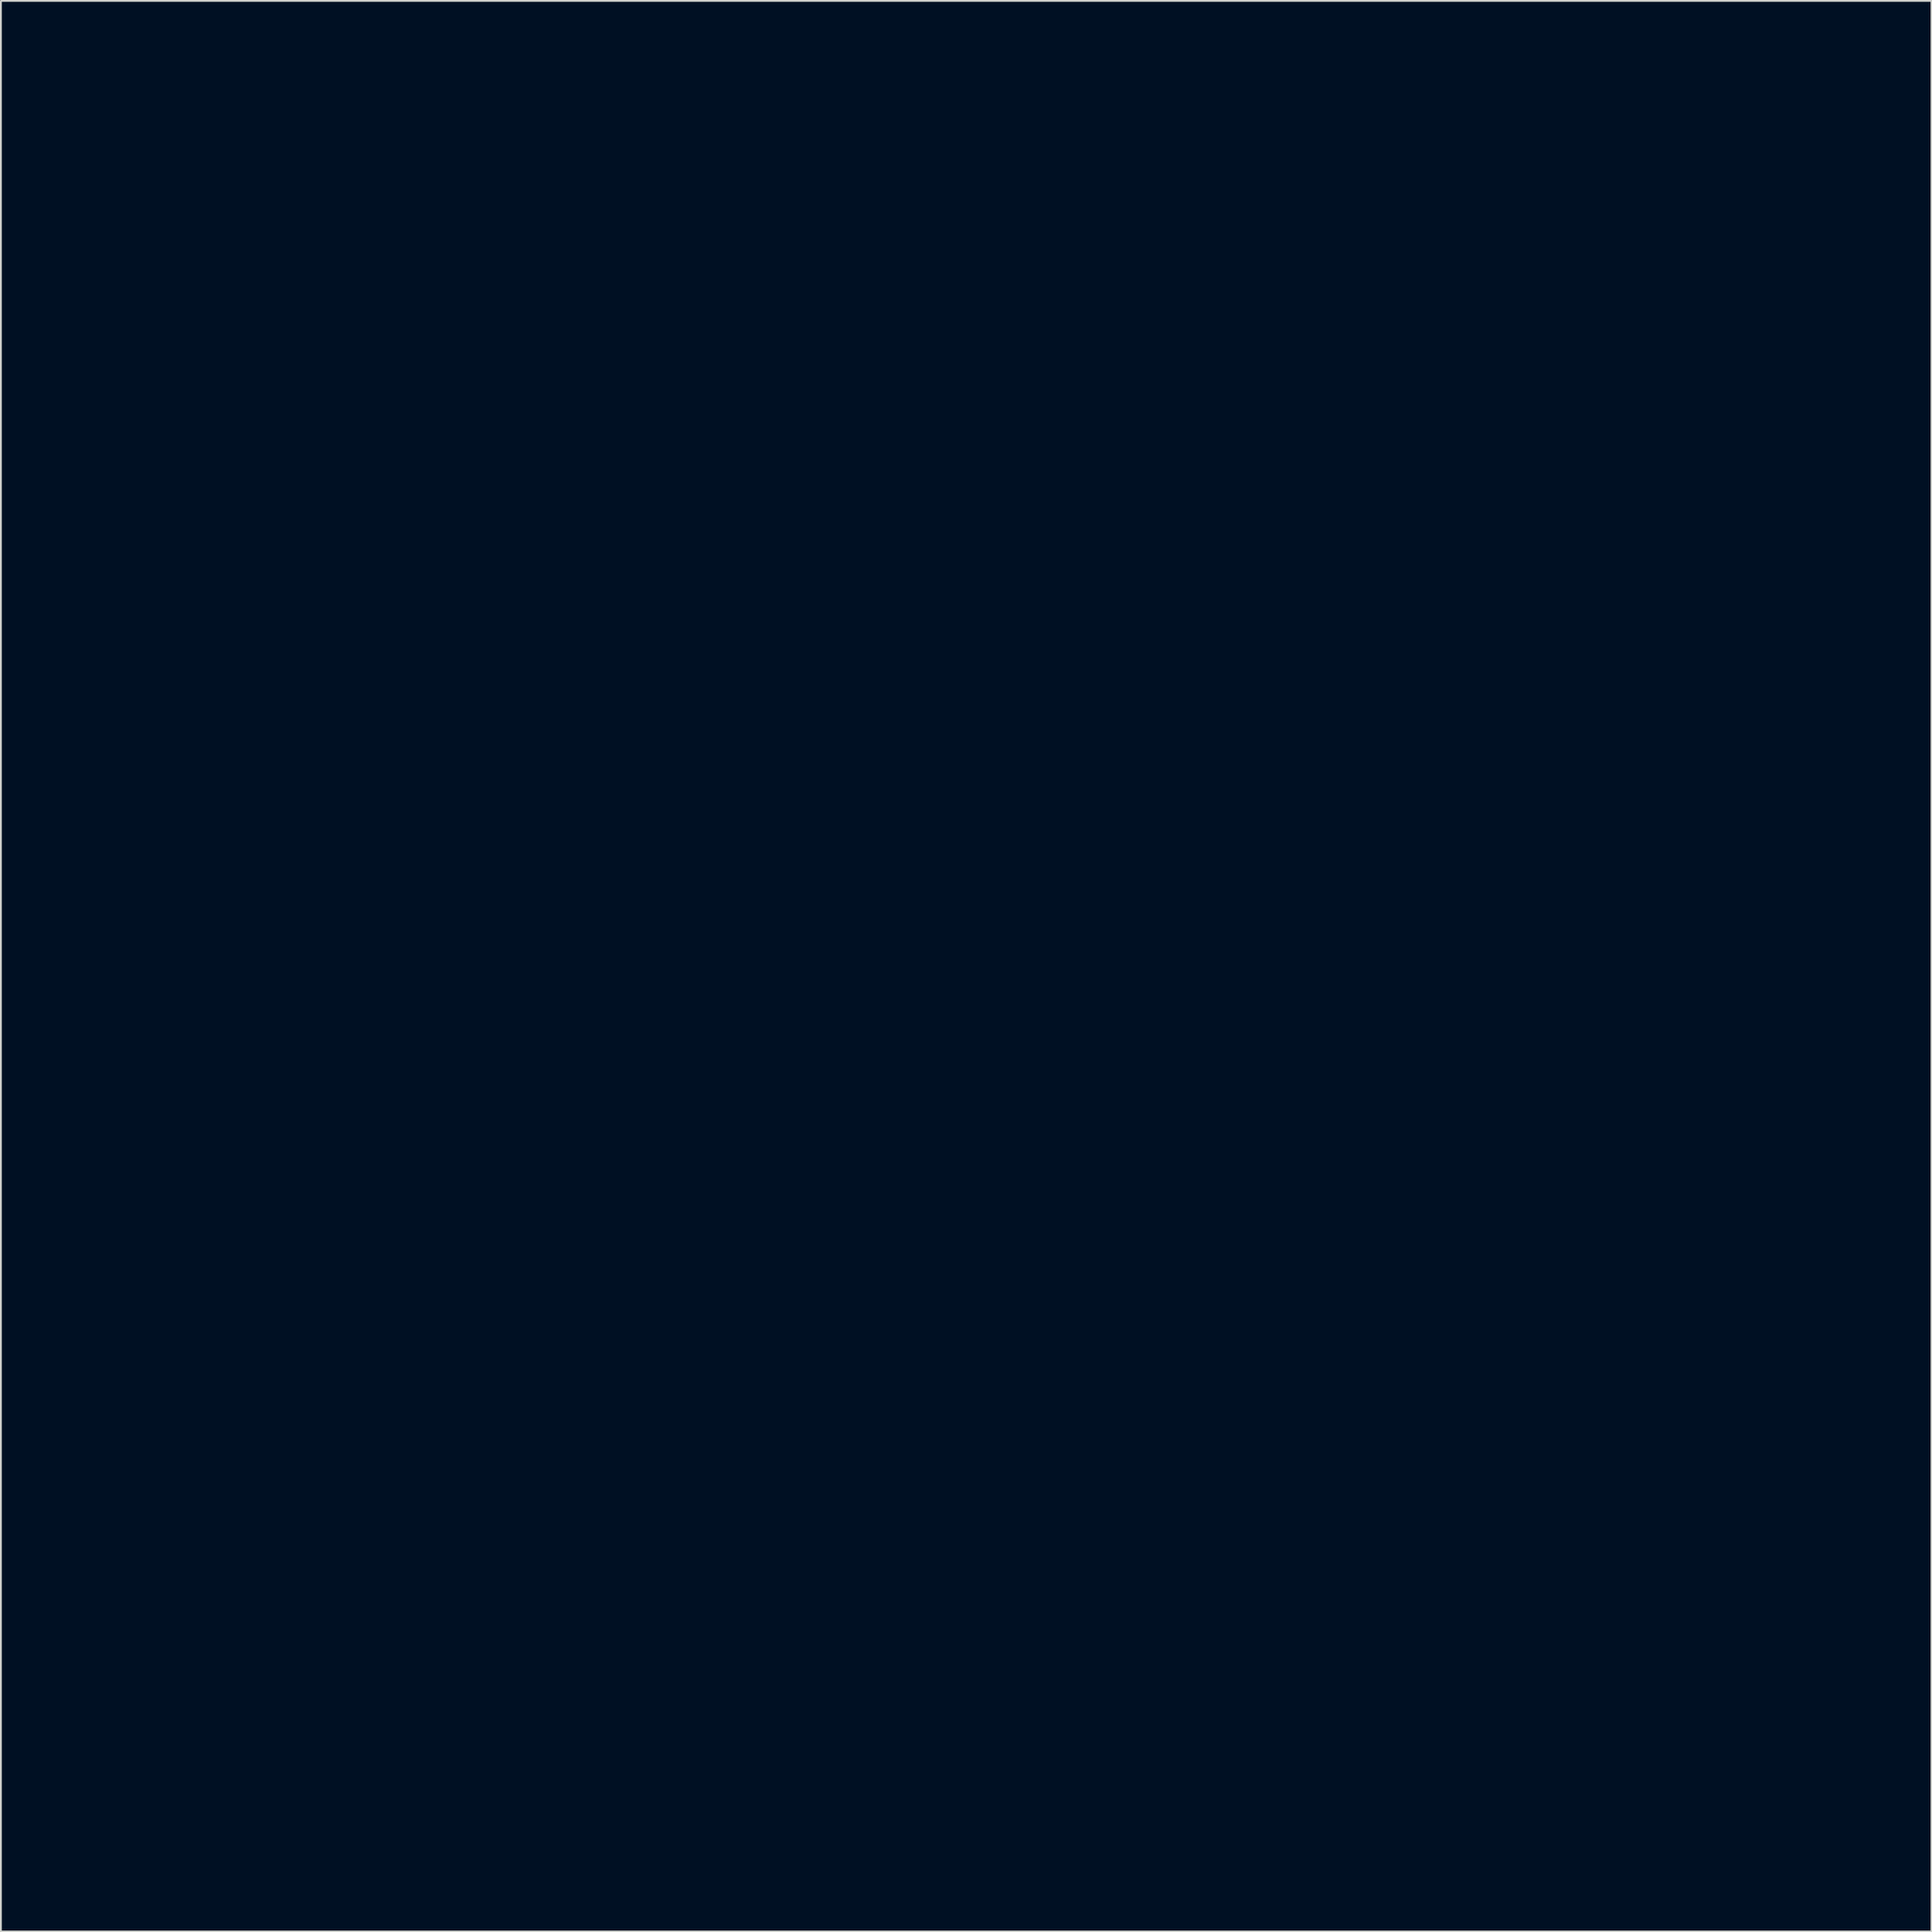
<source format=kicad_pcb>
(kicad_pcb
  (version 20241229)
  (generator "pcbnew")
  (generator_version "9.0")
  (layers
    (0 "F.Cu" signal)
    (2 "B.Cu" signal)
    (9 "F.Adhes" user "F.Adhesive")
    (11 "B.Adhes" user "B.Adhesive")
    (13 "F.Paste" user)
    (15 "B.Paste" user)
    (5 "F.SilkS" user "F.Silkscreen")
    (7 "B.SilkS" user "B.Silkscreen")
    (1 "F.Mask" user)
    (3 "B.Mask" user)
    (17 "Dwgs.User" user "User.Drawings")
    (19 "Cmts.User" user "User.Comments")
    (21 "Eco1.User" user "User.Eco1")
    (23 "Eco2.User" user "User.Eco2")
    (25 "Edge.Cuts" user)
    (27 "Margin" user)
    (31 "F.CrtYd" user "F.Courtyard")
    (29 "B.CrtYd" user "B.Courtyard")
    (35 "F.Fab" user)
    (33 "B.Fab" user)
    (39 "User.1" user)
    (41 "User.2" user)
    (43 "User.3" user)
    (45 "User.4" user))
  (footprint "mx2u_mask_f_edit"
    (layer "F.Cu")
    (at 50.022 50.022)
    (property "Reference" "mx2u_mask_f_edit" (at 0 0 0) (layer "F.Mask") (effects (font (size 1.524 1.524) (thickness 0.3))))
    (attr through_hole)
    (fp_poly (pts (xy -48.02 -48.02) (xy -50.017 -48.02) (xy -50.017 -50.017) (xy -48.02 -50.017) (xy -48.02 -48.02)) (stroke (width 0.01) (type solid)) (fill yes) (layer "F.Mask"))
    (fp_poly (pts (xy -48.02 50.017) (xy -50.017 50.017) (xy -50.017 48.02) (xy -48.02 48.02) (xy -48.02 50.017)) (stroke (width 0.01) (type solid)) (fill yes) (layer "F.Mask"))
    (fp_poly (pts (xy 50.017 -48.02) (xy 48.02 -48.02) (xy 48.02 -50.017) (xy 50.017 -50.017) (xy 50.017 -48.02)) (stroke (width 0.01) (type solid)) (fill yes) (layer "F.Mask"))
    (fp_poly (pts (xy 50.017 50.017) (xy 48.02 50.017) (xy 48.02 48.02) (xy 50.017 48.02) (xy 50.017 50.017)) (stroke (width 0.01) (type solid)) (fill yes) (layer "F.Mask"))
    (fp_poly (pts (xy -14.906 1.606) (xy -14.839 1.617) (xy -14.738 1.635) (xy -14.611 1.659) (xy -14.465 1.686) (xy -14.308 1.715) (xy -14.149 1.745) (xy -13.994 1.775) (xy -13.852 1.802) (xy -13.73 1.826) (xy -13.636 1.845) (xy -13.578 1.858) (xy -13.576 1.858) (xy -13.538 1.879) (xy -13.549 1.91) (xy -13.608 1.951) (xy -13.705 1.998) (xy -13.833 2.037) (xy -13.985 2.061) (xy -14.142 2.068) (xy -14.288 2.057) (xy -14.404 2.028) (xy -14.406 2.027) (xy -14.61 1.922) (xy -14.781 1.784) (xy -14.832 1.73) (xy -14.885 1.667) (xy -14.921 1.621) (xy -14.931 1.603) (xy -14.906 1.606)) (stroke (width 0.01) (type solid)) (fill yes) (layer "F.Mask"))
    (fp_poly (pts (xy 38.697 23.912) (xy 39.024 23.913) (xy 39.323 23.914) (xy 39.453 23.915) (xy 40.466 23.921) (xy 40.336 24.111) (xy 40.121 24.384) (xy 39.878 24.614) (xy 39.607 24.803) (xy 39.306 24.951) (xy 39.01 25.049) (xy 38.885 25.072) (xy 38.724 25.088) (xy 38.542 25.096) (xy 38.352 25.096) (xy 38.168 25.089) (xy 38.005 25.074) (xy 37.875 25.051) (xy 37.86 25.047) (xy 37.532 24.933) (xy 37.234 24.778) (xy 36.966 24.582) (xy 36.726 24.344) (xy 36.547 24.111) (xy 36.417 23.921) (xy 37.429 23.915) (xy 37.709 23.913) (xy 38.024 23.913) (xy 38.359 23.912) (xy 38.697 23.912)) (stroke (width 0.01) (type solid)) (fill yes) (layer "F.Mask"))
    (fp_poly (pts (xy 21.28 17.93) (xy 21.199 18.004) (xy 21.094 18.082) (xy 20.99 18.148) (xy 20.902 18.196) (xy 20.835 18.225) (xy 20.77 18.24) (xy 20.689 18.245) (xy 20.585 18.245) (xy 20.475 18.242) (xy 20.378 18.236) (xy 20.31 18.227) (xy 20.295 18.224) (xy 20.197 18.186) (xy 20.09 18.13) (xy 20.002 18.073) (xy 20 18.072) (xy 19.988 18.062) (xy 19.98 18.054) (xy 19.981 18.046) (xy 19.995 18.037) (xy 20.024 18.028) (xy 20.072 18.016) (xy 20.144 18.003) (xy 20.244 17.986) (xy 20.374 17.965) (xy 20.539 17.94) (xy 20.742 17.909) (xy 20.988 17.872) (xy 21.279 17.829) (xy 21.306 17.825) (xy 21.394 17.811) (xy 21.28 17.93)) (stroke (width 0.01) (type solid)) (fill yes) (layer "F.Mask"))
    (fp_poly (pts (xy -15.282 6.703) (xy -15.204 6.717) (xy -15.091 6.738) (xy -14.949 6.766) (xy -14.784 6.799) (xy -14.604 6.835) (xy -14.415 6.874) (xy -14.224 6.914) (xy -14.036 6.953) (xy -13.859 6.99) (xy -13.699 7.024) (xy -13.563 7.054) (xy -13.457 7.078) (xy -13.387 7.095) (xy -13.361 7.103) (xy -13.367 7.129) (xy -13.398 7.189) (xy -13.448 7.275) (xy -13.514 7.38) (xy -13.551 7.435) (xy -13.761 7.748) (xy -14.76 7.544) (xy -14.977 7.499) (xy -15.177 7.457) (xy -15.356 7.418) (xy -15.508 7.384) (xy -15.628 7.356) (xy -15.711 7.335) (xy -15.751 7.322) (xy -15.754 7.32) (xy -15.737 7.283) (xy -15.697 7.217) (xy -15.641 7.13) (xy -15.575 7.033) (xy -15.506 6.934) (xy -15.439 6.842) (xy -15.381 6.766) (xy -15.339 6.715) (xy -15.319 6.698) (xy -15.282 6.703)) (stroke (width 0.01) (type solid)) (fill yes) (layer "F.Mask"))
    (fp_poly (pts (xy 23.023 23.975) (xy 23.021 24.002) (xy 23.009 24.067) (xy 22.99 24.16) (xy 22.965 24.269) (xy 22.937 24.384) (xy 22.909 24.494) (xy 22.884 24.588) (xy 22.864 24.656) (xy 22.852 24.684) (xy 22.824 24.695) (xy 22.751 24.713) (xy 22.641 24.735) (xy 22.5 24.761) (xy 22.334 24.79) (xy 22.149 24.82) (xy 22.089 24.829) (xy 21.899 24.859) (xy 21.724 24.886) (xy 21.571 24.911) (xy 21.445 24.931) (xy 21.354 24.946) (xy 21.305 24.954) (xy 21.299 24.956) (xy 21.25 24.942) (xy 21.192 24.885) (xy 21.19 24.881) (xy 21.108 24.743) (xy 21.052 24.582) (xy 21.028 24.423) (xy 21.028 24.407) (xy 21.028 24.273) (xy 22.019 24.118) (xy 22.237 24.084) (xy 22.438 24.054) (xy 22.619 24.027) (xy 22.772 24.005) (xy 22.894 23.988) (xy 22.978 23.978) (xy 23.019 23.974) (xy 23.023 23.975)) (stroke (width 0.01) (type solid)) (fill yes) (layer "F.Mask"))
    (fp_poly (pts (xy -12.852 4.628) (xy -12.633 4.671) (xy -12.431 4.711) (xy -12.25 4.747) (xy -12.095 4.779) (xy -11.972 4.804) (xy -11.886 4.822) (xy -11.843 4.832) (xy -11.838 4.834) (xy -11.848 4.857) (xy -11.881 4.913) (xy -11.931 4.992) (xy -11.993 5.087) (xy -12.061 5.187) (xy -12.128 5.285) (xy -12.189 5.372) (xy -12.238 5.439) (xy -12.27 5.476) (xy -12.277 5.482) (xy -12.305 5.476) (xy -12.377 5.462) (xy -12.488 5.44) (xy -12.633 5.412) (xy -12.805 5.378) (xy -13 5.339) (xy -13.211 5.297) (xy -13.275 5.284) (xy -13.49 5.241) (xy -13.689 5.201) (xy -13.867 5.164) (xy -14.019 5.133) (xy -14.138 5.107) (xy -14.221 5.089) (xy -14.26 5.079) (xy -14.263 5.078) (xy -14.253 5.055) (xy -14.22 4.996) (xy -14.168 4.911) (xy -14.101 4.806) (xy -14.064 4.749) (xy -13.856 4.43) (xy -12.852 4.628)) (stroke (width 0.01) (type solid)) (fill yes) (layer "F.Mask"))
    (fp_poly (pts (xy -12.152 2.134) (xy -12.088 2.146) (xy -11.983 2.166) (xy -11.842 2.194) (xy -11.673 2.226) (xy -11.484 2.263) (xy -11.281 2.302) (xy -11.154 2.326) (xy -10.316 2.488) (xy -10.392 2.637) (xy -10.445 2.736) (xy -10.513 2.851) (xy -10.581 2.958) (xy -10.583 2.961) (xy -10.642 3.047) (xy -10.685 3.099) (xy -10.722 3.124) (xy -10.761 3.131) (xy -10.777 3.131) (xy -10.819 3.126) (xy -10.904 3.111) (xy -11.028 3.089) (xy -11.182 3.061) (xy -11.362 3.027) (xy -11.561 2.989) (xy -11.774 2.947) (xy -11.784 2.945) (xy -11.994 2.903) (xy -12.188 2.865) (xy -12.36 2.83) (xy -12.506 2.8) (xy -12.619 2.776) (xy -12.693 2.759) (xy -12.725 2.751) (xy -12.725 2.751) (xy -12.716 2.727) (xy -12.683 2.669) (xy -12.63 2.584) (xy -12.563 2.48) (xy -12.524 2.421) (xy -12.311 2.103) (xy -12.152 2.134)) (stroke (width 0.01) (type solid)) (fill yes) (layer "F.Mask"))
    (fp_poly (pts (xy 23.138 14.933) (xy 23.401 15.063) (xy 23.629 15.214) (xy 23.656 15.235) (xy 23.719 15.285) (xy 23.764 15.32) (xy 23.778 15.331) (xy 23.777 15.356) (xy 23.751 15.399) (xy 23.714 15.442) (xy 23.683 15.467) (xy 23.653 15.473) (xy 23.578 15.487) (xy 23.463 15.507) (xy 23.312 15.532) (xy 23.131 15.561) (xy 22.924 15.595) (xy 22.696 15.632) (xy 22.451 15.671) (xy 22.195 15.711) (xy 21.933 15.753) (xy 21.668 15.794) (xy 21.407 15.835) (xy 21.153 15.875) (xy 20.912 15.912) (xy 20.689 15.946) (xy 20.488 15.977) (xy 20.314 16.003) (xy 20.171 16.024) (xy 20.066 16.039) (xy 20.002 16.047) (xy 19.986 16.049) (xy 19.98 16.03) (xy 19.994 15.992) (xy 20.104 15.814) (xy 20.244 15.632) (xy 20.399 15.463) (xy 20.535 15.341) (xy 20.686 15.221) (xy 21.836 15.045) (xy 22.986 14.868) (xy 23.138 14.933)) (stroke (width 0.01) (type solid)) (fill yes) (layer "F.Mask"))
    (fp_poly (pts (xy -16.027 7.846) (xy -15.988 7.854) (xy -15.905 7.87) (xy -15.784 7.893) (xy -15.631 7.923) (xy -15.452 7.956) (xy -15.254 7.994) (xy -15.041 8.034) (xy -15.028 8.037) (xy -14.818 8.077) (xy -14.623 8.114) (xy -14.451 8.148) (xy -14.305 8.177) (xy -14.191 8.2) (xy -14.116 8.216) (xy -14.085 8.224) (xy -14.084 8.224) (xy -14.092 8.249) (xy -14.124 8.306) (xy -14.175 8.386) (xy -14.238 8.48) (xy -14.307 8.579) (xy -14.377 8.675) (xy -14.44 8.76) (xy -14.492 8.824) (xy -14.525 8.858) (xy -14.532 8.862) (xy -14.566 8.858) (xy -14.643 8.846) (xy -14.756 8.826) (xy -14.9 8.8) (xy -15.067 8.769) (xy -15.251 8.735) (xy -15.316 8.722) (xy -16.061 8.579) (xy -16.105 8.453) (xy -16.144 8.259) (xy -16.138 8.048) (xy -16.122 7.961) (xy -16.104 7.886) (xy -16.086 7.85) (xy -16.059 7.841) (xy -16.027 7.846)) (stroke (width 0.01) (type solid)) (fill yes) (layer "F.Mask"))
    (fp_poly (pts (xy -0.164 4.057) (xy 0.152 4.117) (xy 0.457 4.225) (xy 0.699 4.351) (xy 0.848 4.452) (xy 1 4.574) (xy 1.142 4.706) (xy 1.26 4.835) (xy 1.308 4.898) (xy 1.415 5.052) (xy 1.207 5.115) (xy 0.939 5.196) (xy 0.715 5.263) (xy 0.529 5.318) (xy 0.378 5.363) (xy 0.255 5.397) (xy 0.156 5.424) (xy 0.077 5.443) (xy 0.011 5.456) (xy -0.045 5.465) (xy -0.096 5.471) (xy -0.147 5.474) (xy -0.19 5.476) (xy -0.305 5.479) (xy -0.386 5.475) (xy -0.447 5.463) (xy -0.502 5.439) (xy -0.518 5.431) (xy -0.687 5.317) (xy -0.842 5.163) (xy -0.987 4.966) (xy -1.11 4.753) (xy -1.163 4.645) (xy -1.214 4.53) (xy -1.26 4.419) (xy -1.294 4.325) (xy -1.312 4.26) (xy -1.314 4.244) (xy -1.292 4.227) (xy -1.234 4.201) (xy -1.156 4.172) (xy -0.82 4.085) (xy -0.489 4.046) (xy -0.164 4.057)) (stroke (width 0.01) (type solid)) (fill yes) (layer "F.Mask"))
    (fp_poly (pts (xy 23.341 22.679) (xy 23.327 22.742) (xy 23.307 22.833) (xy 23.281 22.942) (xy 23.253 23.059) (xy 23.226 23.172) (xy 23.201 23.272) (xy 23.181 23.348) (xy 23.17 23.39) (xy 23.168 23.395) (xy 23.142 23.4) (xy 23.072 23.412) (xy 22.963 23.43) (xy 22.82 23.453) (xy 22.65 23.479) (xy 22.458 23.509) (xy 22.249 23.541) (xy 22.239 23.542) (xy 22.026 23.575) (xy 21.826 23.605) (xy 21.645 23.633) (xy 21.489 23.657) (xy 21.365 23.677) (xy 21.278 23.69) (xy 21.236 23.697) (xy 21.181 23.702) (xy 21.155 23.693) (xy 21.154 23.691) (xy 21.16 23.659) (xy 21.175 23.588) (xy 21.198 23.487) (xy 21.227 23.365) (xy 21.239 23.315) (xy 21.323 22.961) (xy 22.332 22.806) (xy 22.551 22.772) (xy 22.754 22.741) (xy 22.935 22.714) (xy 23.09 22.691) (xy 23.213 22.673) (xy 23.298 22.66) (xy 23.341 22.655) (xy 23.345 22.655) (xy 23.341 22.679)) (stroke (width 0.01) (type solid)) (fill yes) (layer "F.Mask"))
    (fp_poly (pts (xy 23.951 20.029) (xy 23.956 20.05) (xy 23.952 20.097) (xy 23.938 20.175) (xy 23.912 20.291) (xy 23.889 20.389) (xy 23.858 20.519) (xy 23.832 20.63) (xy 23.811 20.713) (xy 23.799 20.761) (xy 23.797 20.768) (xy 23.771 20.773) (xy 23.702 20.785) (xy 23.593 20.802) (xy 23.452 20.824) (xy 23.282 20.851) (xy 23.09 20.88) (xy 22.882 20.912) (xy 22.871 20.914) (xy 22.658 20.946) (xy 22.458 20.977) (xy 22.277 21.005) (xy 22.121 21.029) (xy 21.997 21.048) (xy 21.91 21.062) (xy 21.868 21.069) (xy 21.812 21.073) (xy 21.786 21.064) (xy 21.785 21.062) (xy 21.79 21.031) (xy 21.805 20.96) (xy 21.827 20.858) (xy 21.854 20.736) (xy 21.865 20.686) (xy 21.946 20.331) (xy 22.921 20.185) (xy 23.138 20.152) (xy 23.341 20.121) (xy 23.523 20.093) (xy 23.679 20.069) (xy 23.803 20.049) (xy 23.89 20.035) (xy 23.933 20.028) (xy 23.937 20.027) (xy 23.951 20.029)) (stroke (width 0.01) (type solid)) (fill yes) (layer "F.Mask"))
    (fp_poly (pts (xy 24.58 17.45) (xy 24.568 17.52) (xy 24.549 17.615) (xy 24.525 17.723) (xy 24.499 17.833) (xy 24.473 17.933) (xy 24.452 18.011) (xy 24.436 18.055) (xy 24.433 18.06) (xy 24.408 18.066) (xy 24.339 18.078) (xy 24.232 18.095) (xy 24.096 18.117) (xy 23.935 18.143) (xy 23.757 18.171) (xy 23.568 18.201) (xy 23.374 18.231) (xy 23.182 18.261) (xy 22.999 18.29) (xy 22.83 18.316) (xy 22.683 18.338) (xy 22.563 18.356) (xy 22.478 18.368) (xy 22.434 18.374) (xy 22.429 18.374) (xy 22.418 18.364) (xy 22.423 18.334) (xy 22.439 18.267) (xy 22.461 18.173) (xy 22.488 18.062) (xy 22.517 17.946) (xy 22.545 17.834) (xy 22.569 17.737) (xy 22.588 17.666) (xy 22.598 17.631) (xy 22.599 17.63) (xy 22.625 17.625) (xy 22.696 17.613) (xy 22.805 17.595) (xy 22.949 17.573) (xy 23.121 17.546) (xy 23.317 17.516) (xy 23.53 17.483) (xy 23.602 17.473) (xy 24.596 17.322) (xy 24.58 17.45)) (stroke (width 0.01) (type solid)) (fill yes) (layer "F.Mask"))
    (fp_poly (pts (xy -14.599 5.599) (xy -14.532 5.611) (xy -14.428 5.631) (xy -14.294 5.657) (xy -14.136 5.687) (xy -13.96 5.721) (xy -13.774 5.757) (xy -13.584 5.795) (xy -13.395 5.832) (xy -13.215 5.867) (xy -13.05 5.9) (xy -12.907 5.928) (xy -12.791 5.951) (xy -12.72 5.966) (xy -12.588 5.993) (xy -12.806 6.32) (xy -12.882 6.432) (xy -12.948 6.527) (xy -12.999 6.598) (xy -13.031 6.638) (xy -13.039 6.644) (xy -13.066 6.639) (xy -13.138 6.625) (xy -13.248 6.603) (xy -13.392 6.574) (xy -13.563 6.54) (xy -13.758 6.502) (xy -13.969 6.46) (xy -14.033 6.447) (xy -14.248 6.404) (xy -14.448 6.363) (xy -14.627 6.326) (xy -14.779 6.294) (xy -14.9 6.268) (xy -14.983 6.249) (xy -15.024 6.238) (xy -15.027 6.237) (xy -15.017 6.213) (xy -14.986 6.157) (xy -14.937 6.076) (xy -14.878 5.979) (xy -14.812 5.876) (xy -14.747 5.775) (xy -14.687 5.684) (xy -14.638 5.614) (xy -14.623 5.595) (xy -14.599 5.599)) (stroke (width 0.01) (type solid)) (fill yes) (layer "F.Mask"))
    (fp_poly (pts (xy 40.7 22.512) (xy 40.707 22.586) (xy 40.712 22.686) (xy 40.715 22.8) (xy 40.715 22.914) (xy 40.712 23.014) (xy 40.706 23.085) (xy 40.7 23.111) (xy 40.694 23.118) (xy 40.679 23.124) (xy 40.652 23.129) (xy 40.61 23.134) (xy 40.549 23.138) (xy 40.468 23.141) (xy 40.362 23.143) (xy 40.229 23.146) (xy 40.066 23.147) (xy 39.87 23.149) (xy 39.637 23.149) (xy 39.364 23.15) (xy 39.049 23.15) (xy 38.688 23.151) (xy 38.441 23.151) (xy 38.051 23.151) (xy 37.708 23.15) (xy 37.409 23.15) (xy 37.152 23.149) (xy 36.934 23.148) (xy 36.75 23.147) (xy 36.599 23.145) (xy 36.477 23.142) (xy 36.381 23.14) (xy 36.308 23.136) (xy 36.255 23.132) (xy 36.219 23.127) (xy 36.196 23.121) (xy 36.185 23.115) (xy 36.182 23.111) (xy 36.174 23.064) (xy 36.169 22.981) (xy 36.167 22.875) (xy 36.168 22.76) (xy 36.171 22.649) (xy 36.177 22.556) (xy 36.183 22.512) (xy 36.198 22.418) (xy 40.684 22.418) (xy 40.7 22.512)) (stroke (width 0.01) (type solid)) (fill yes) (layer "F.Mask"))
    (fp_poly (pts (xy 24.28 18.661) (xy 24.28 18.69) (xy 24.269 18.758) (xy 24.25 18.858) (xy 24.223 18.979) (xy 24.211 19.031) (xy 24.177 19.173) (xy 24.149 19.273) (xy 24.127 19.338) (xy 24.107 19.376) (xy 24.086 19.394) (xy 24.075 19.398) (xy 24.038 19.405) (xy 23.958 19.418) (xy 23.84 19.437) (xy 23.69 19.461) (xy 23.514 19.489) (xy 23.318 19.519) (xy 23.125 19.549) (xy 22.916 19.582) (xy 22.72 19.613) (xy 22.544 19.641) (xy 22.394 19.664) (xy 22.276 19.683) (xy 22.196 19.697) (xy 22.162 19.703) (xy 22.095 19.716) (xy 22.184 19.342) (xy 22.215 19.212) (xy 22.241 19.101) (xy 22.261 19.018) (xy 22.273 18.971) (xy 22.276 18.964) (xy 22.302 18.957) (xy 22.372 18.944) (xy 22.478 18.927) (xy 22.615 18.904) (xy 22.776 18.879) (xy 22.955 18.851) (xy 23.144 18.822) (xy 23.338 18.793) (xy 23.53 18.764) (xy 23.714 18.737) (xy 23.882 18.712) (xy 24.029 18.691) (xy 24.148 18.675) (xy 24.232 18.665) (xy 24.276 18.66) (xy 24.28 18.661)) (stroke (width 0.01) (type solid)) (fill yes) (layer "F.Mask"))
    (fp_poly (pts (xy -13.057 3.272) (xy -12.989 3.285) (xy -12.884 3.304) (xy -12.749 3.33) (xy -12.589 3.361) (xy -12.413 3.396) (xy -12.225 3.433) (xy -12.032 3.472) (xy -11.841 3.511) (xy -11.658 3.548) (xy -11.49 3.582) (xy -11.342 3.613) (xy -11.221 3.638) (xy -11.134 3.657) (xy -11.087 3.669) (xy -11.081 3.671) (xy -11.089 3.696) (xy -11.119 3.753) (xy -11.167 3.834) (xy -11.226 3.93) (xy -11.291 4.032) (xy -11.355 4.13) (xy -11.414 4.216) (xy -11.461 4.281) (xy -11.49 4.316) (xy -11.496 4.319) (xy -11.523 4.314) (xy -11.595 4.3) (xy -11.706 4.278) (xy -11.85 4.249) (xy -12.021 4.215) (xy -12.216 4.176) (xy -12.428 4.134) (xy -12.491 4.122) (xy -12.707 4.078) (xy -12.907 4.038) (xy -13.085 4.001) (xy -13.238 3.969) (xy -13.358 3.943) (xy -13.441 3.924) (xy -13.482 3.913) (xy -13.485 3.912) (xy -13.476 3.888) (xy -13.444 3.831) (xy -13.396 3.75) (xy -13.336 3.653) (xy -13.27 3.549) (xy -13.204 3.447) (xy -13.143 3.356) (xy -13.092 3.284) (xy -13.082 3.269) (xy -13.057 3.272)) (stroke (width 0.01) (type solid)) (fill yes) (layer "F.Mask"))
    (fp_poly (pts (xy 23.643 21.36) (xy 23.642 21.388) (xy 23.631 21.456) (xy 23.611 21.555) (xy 23.584 21.675) (xy 23.572 21.725) (xy 23.538 21.865) (xy 23.511 21.963) (xy 23.489 22.027) (xy 23.469 22.066) (xy 23.447 22.087) (xy 23.427 22.096) (xy 23.388 22.104) (xy 23.306 22.119) (xy 23.185 22.14) (xy 23.033 22.165) (xy 22.856 22.193) (xy 22.659 22.224) (xy 22.468 22.254) (xy 22.259 22.287) (xy 22.064 22.317) (xy 21.889 22.344) (xy 21.741 22.368) (xy 21.625 22.387) (xy 21.547 22.4) (xy 21.514 22.406) (xy 21.47 22.412) (xy 21.457 22.408) (xy 21.463 22.376) (xy 21.479 22.307) (xy 21.501 22.212) (xy 21.528 22.1) (xy 21.557 21.983) (xy 21.585 21.871) (xy 21.61 21.775) (xy 21.629 21.705) (xy 21.639 21.672) (xy 21.64 21.671) (xy 21.667 21.663) (xy 21.738 21.65) (xy 21.846 21.631) (xy 21.984 21.608) (xy 22.146 21.581) (xy 22.324 21.553) (xy 22.514 21.523) (xy 22.708 21.493) (xy 22.9 21.463) (xy 23.083 21.436) (xy 23.25 21.411) (xy 23.396 21.39) (xy 23.514 21.373) (xy 23.597 21.363) (xy 23.639 21.359) (xy 23.643 21.36)) (stroke (width 0.01) (type solid)) (fill yes) (layer "F.Mask"))
    (fp_poly (pts (xy -6.661 9.787) (xy -6.619 9.793) (xy -6.294 9.868) (xy -5.995 9.986) (xy -5.721 10.148) (xy -5.598 10.241) (xy -5.346 10.476) (xy -5.137 10.737) (xy -4.971 11.024) (xy -4.847 11.34) (xy -4.787 11.563) (xy -4.759 11.741) (xy -4.744 11.945) (xy -4.742 12.159) (xy -4.754 12.367) (xy -4.778 12.553) (xy -4.799 12.648) (xy -4.905 12.949) (xy -5.055 13.234) (xy -5.243 13.496) (xy -5.463 13.726) (xy -5.555 13.804) (xy -5.658 13.882) (xy -5.759 13.952) (xy -5.849 14.007) (xy -5.917 14.043) (xy -5.949 14.052) (xy -5.96 14.03) (xy -5.976 13.972) (xy -5.988 13.919) (xy -5.996 13.874) (xy -6.013 13.782) (xy -6.037 13.65) (xy -6.067 13.479) (xy -6.103 13.276) (xy -6.145 13.043) (xy -6.191 12.785) (xy -6.24 12.506) (xy -6.292 12.21) (xy -6.347 11.902) (xy -6.357 11.841) (xy -6.412 11.533) (xy -6.464 11.238) (xy -6.513 10.961) (xy -6.558 10.705) (xy -6.599 10.474) (xy -6.635 10.273) (xy -6.665 10.105) (xy -6.689 9.974) (xy -6.706 9.884) (xy -6.714 9.839) (xy -6.715 9.835) (xy -6.721 9.799) (xy -6.707 9.784) (xy -6.661 9.787)) (stroke (width 0.01) (type solid)) (fill yes) (layer "F.Mask"))
    (fp_poly (pts (xy 38.583 20.576) (xy 38.728 20.585) (xy 38.857 20.598) (xy 38.927 20.609) (xy 39.199 20.681) (xy 39.466 20.791) (xy 39.715 20.931) (xy 39.935 21.095) (xy 40.03 21.184) (xy 40.099 21.259) (xy 40.174 21.346) (xy 40.247 21.437) (xy 40.312 21.521) (xy 40.361 21.59) (xy 40.385 21.634) (xy 40.387 21.641) (xy 40.362 21.644) (xy 40.291 21.646) (xy 40.177 21.649) (xy 40.024 21.652) (xy 39.836 21.654) (xy 39.616 21.656) (xy 39.369 21.657) (xy 39.099 21.658) (xy 38.809 21.659) (xy 38.503 21.659) (xy 38.441 21.66) (xy 38.133 21.659) (xy 37.839 21.659) (xy 37.564 21.657) (xy 37.312 21.656) (xy 37.087 21.654) (xy 36.893 21.652) (xy 36.732 21.65) (xy 36.61 21.647) (xy 36.53 21.644) (xy 36.496 21.641) (xy 36.495 21.641) (xy 36.511 21.607) (xy 36.553 21.545) (xy 36.614 21.465) (xy 36.685 21.375) (xy 36.761 21.285) (xy 36.832 21.206) (xy 36.853 21.184) (xy 37.053 21.01) (xy 37.289 20.857) (xy 37.549 20.731) (xy 37.82 20.64) (xy 37.955 20.609) (xy 38.06 20.594) (xy 38.196 20.582) (xy 38.342 20.574) (xy 38.441 20.573) (xy 38.583 20.576)) (stroke (width 0.01) (type solid)) (fill yes) (layer "F.Mask"))
    (fp_poly (pts (xy -20.088 -9.333) (xy -19.784 -9.279) (xy -19.502 -9.185) (xy -19.236 -9.05) (xy -19.155 -8.999) (xy -18.912 -8.811) (xy -18.693 -8.584) (xy -18.503 -8.326) (xy -18.348 -8.045) (xy -18.234 -7.75) (xy -18.222 -7.708) (xy -18.182 -7.52) (xy -18.158 -7.301) (xy -18.151 -7.07) (xy -18.161 -6.845) (xy -18.182 -6.677) (xy -18.263 -6.351) (xy -18.389 -6.047) (xy -18.556 -5.768) (xy -18.76 -5.517) (xy -19 -5.298) (xy -19.271 -5.114) (xy -19.572 -4.968) (xy -19.852 -4.875) (xy -19.978 -4.852) (xy -20.138 -4.836) (xy -20.32 -4.828) (xy -20.51 -4.828) (xy -20.694 -4.835) (xy -20.858 -4.85) (xy -20.987 -4.873) (xy -21.002 -4.877) (xy -21.325 -4.99) (xy -21.621 -5.144) (xy -21.887 -5.335) (xy -22.121 -5.56) (xy -22.319 -5.816) (xy -22.479 -6.1) (xy -22.597 -6.408) (xy -22.66 -6.677) (xy -22.685 -6.884) (xy -22.691 -7.111) (xy -22.681 -7.341) (xy -22.654 -7.556) (xy -22.62 -7.708) (xy -22.513 -8.005) (xy -22.363 -8.288) (xy -22.178 -8.55) (xy -21.962 -8.782) (xy -21.723 -8.975) (xy -21.688 -8.999) (xy -21.425 -9.147) (xy -21.15 -9.253) (xy -20.854 -9.32) (xy -20.53 -9.349) (xy -20.421 -9.351) (xy -20.088 -9.333)) (stroke (width 0.01) (type solid)) (fill yes) (layer "F.Mask"))
    (fp_poly (pts (xy -9.675 -7.236) (xy -9.371 -7.181) (xy -9.089 -7.087) (xy -8.824 -6.953) (xy -8.742 -6.901) (xy -8.499 -6.713) (xy -8.28 -6.486) (xy -8.09 -6.228) (xy -7.935 -5.948) (xy -7.821 -5.653) (xy -7.809 -5.611) (xy -7.77 -5.422) (xy -7.746 -5.203) (xy -7.738 -4.972) (xy -7.748 -4.747) (xy -7.769 -4.579) (xy -7.851 -4.253) (xy -7.976 -3.949) (xy -8.143 -3.67) (xy -8.347 -3.42) (xy -8.587 -3.201) (xy -8.858 -3.017) (xy -9.159 -2.87) (xy -9.44 -2.777) (xy -9.565 -2.754) (xy -9.725 -2.738) (xy -9.908 -2.73) (xy -10.098 -2.73) (xy -10.281 -2.737) (xy -10.445 -2.752) (xy -10.574 -2.775) (xy -10.59 -2.779) (xy -10.912 -2.892) (xy -11.208 -3.046) (xy -11.474 -3.237) (xy -11.708 -3.462) (xy -11.906 -3.719) (xy -12.066 -4.002) (xy -12.184 -4.311) (xy -12.248 -4.579) (xy -12.272 -4.786) (xy -12.278 -5.013) (xy -12.268 -5.244) (xy -12.241 -5.458) (xy -12.208 -5.611) (xy -12.1 -5.907) (xy -11.951 -6.19) (xy -11.765 -6.452) (xy -11.55 -6.684) (xy -11.31 -6.878) (xy -11.275 -6.901) (xy -11.013 -7.049) (xy -10.737 -7.156) (xy -10.441 -7.222) (xy -10.117 -7.252) (xy -10.008 -7.254) (xy -9.675 -7.236)) (stroke (width 0.01) (type solid)) (fill yes) (layer "F.Mask"))
    (fp_poly (pts (xy -5.965 -24.863) (xy -5.715 -24.843) (xy -5.495 -24.798) (xy -5.286 -24.725) (xy -5.083 -24.626) (xy -5.009 -24.584) (xy -4.942 -24.543) (xy -4.874 -24.495) (xy -4.794 -24.434) (xy -4.693 -24.352) (xy -4.586 -24.263) (xy -4.379 -24.057) (xy -4.203 -23.818) (xy -4.06 -23.55) (xy -3.952 -23.263) (xy -3.882 -22.962) (xy -3.851 -22.656) (xy -3.861 -22.35) (xy -3.915 -22.051) (xy -3.921 -22.029) (xy -4.027 -21.738) (xy -4.182 -21.45) (xy -4.3 -21.277) (xy -4.518 -21.017) (xy -4.752 -20.801) (xy -5.006 -20.629) (xy -5.282 -20.5) (xy -5.585 -20.41) (xy -5.917 -20.36) (xy -6.243 -20.347) (xy -6.408 -20.352) (xy -6.545 -20.368) (xy -6.673 -20.397) (xy -6.698 -20.405) (xy -6.971 -20.507) (xy -7.241 -20.649) (xy -7.496 -20.821) (xy -7.722 -21.016) (xy -7.889 -21.199) (xy -8.057 -21.446) (xy -8.193 -21.723) (xy -8.296 -22.018) (xy -8.361 -22.321) (xy -8.385 -22.623) (xy -8.368 -22.909) (xy -8.309 -23.177) (xy -8.208 -23.453) (xy -8.073 -23.725) (xy -7.907 -23.982) (xy -7.746 -24.181) (xy -7.527 -24.385) (xy -7.274 -24.557) (xy -6.992 -24.692) (xy -6.687 -24.79) (xy -6.363 -24.848) (xy -6.027 -24.865) (xy -5.965 -24.863)) (stroke (width 0.01) (type solid)) (fill yes) (layer "F.Mask"))
    (fp_poly (pts (xy -2.345 25.519) (xy -2.041 25.574) (xy -1.76 25.667) (xy -1.494 25.802) (xy -1.412 25.853) (xy -1.17 26.041) (xy -0.951 26.268) (xy -0.761 26.526) (xy -0.606 26.807) (xy -0.492 27.102) (xy -0.48 27.144) (xy -0.44 27.333) (xy -0.416 27.552) (xy -0.409 27.783) (xy -0.418 28.008) (xy -0.44 28.175) (xy -0.521 28.501) (xy -0.647 28.805) (xy -0.813 29.084) (xy -1.018 29.335) (xy -1.258 29.554) (xy -1.529 29.738) (xy -1.829 29.884) (xy -2.11 29.977) (xy -2.235 30.001) (xy -2.396 30.016) (xy -2.578 30.024) (xy -2.768 30.025) (xy -2.952 30.017) (xy -3.115 30.002) (xy -3.245 29.98) (xy -3.26 29.976) (xy -3.583 29.862) (xy -3.879 29.709) (xy -4.145 29.518) (xy -4.379 29.292) (xy -4.577 29.036) (xy -4.737 28.752) (xy -4.855 28.444) (xy -4.918 28.175) (xy -4.943 27.969) (xy -4.949 27.741) (xy -4.939 27.511) (xy -4.912 27.296) (xy -4.878 27.144) (xy -4.771 26.848) (xy -4.621 26.564) (xy -4.436 26.303) (xy -4.22 26.071) (xy -3.981 25.877) (xy -3.946 25.853) (xy -3.683 25.706) (xy -3.408 25.599) (xy -3.112 25.532) (xy -2.788 25.503) (xy -2.679 25.501) (xy -2.345 25.519)) (stroke (width 0.01) (type solid)) (fill yes) (layer "F.Mask"))
    (fp_poly (pts (xy 17.016 -23.103) (xy 17.053 -23.099) (xy 17.383 -23.031) (xy 17.691 -22.918) (xy 17.975 -22.762) (xy 18.232 -22.566) (xy 18.459 -22.33) (xy 18.655 -22.056) (xy 18.805 -21.774) (xy 18.904 -21.498) (xy 18.965 -21.199) (xy 18.987 -20.887) (xy 18.97 -20.572) (xy 18.914 -20.264) (xy 18.819 -19.973) (xy 18.811 -19.954) (xy 18.671 -19.683) (xy 18.488 -19.432) (xy 18.269 -19.205) (xy 18.02 -19.008) (xy 17.746 -18.846) (xy 17.455 -18.723) (xy 17.302 -18.678) (xy 17.163 -18.652) (xy 16.991 -18.635) (xy 16.799 -18.626) (xy 16.602 -18.626) (xy 16.412 -18.634) (xy 16.246 -18.651) (xy 16.119 -18.675) (xy 15.824 -18.781) (xy 15.546 -18.93) (xy 15.29 -19.118) (xy 15.06 -19.339) (xy 14.862 -19.589) (xy 14.701 -19.863) (xy 14.581 -20.154) (xy 14.522 -20.376) (xy 14.499 -20.532) (xy 14.486 -20.718) (xy 14.483 -20.916) (xy 14.49 -21.11) (xy 14.507 -21.281) (xy 14.52 -21.357) (xy 14.61 -21.664) (xy 14.744 -21.954) (xy 14.918 -22.221) (xy 15.128 -22.461) (xy 15.369 -22.67) (xy 15.637 -22.843) (xy 15.927 -22.975) (xy 16.122 -23.036) (xy 16.28 -23.068) (xy 16.466 -23.092) (xy 16.663 -23.107) (xy 16.852 -23.111) (xy 17.016 -23.103)) (stroke (width 0.01) (type solid)) (fill yes) (layer "F.Mask"))
    (fp_poly (pts (xy 19.971 6.513) (xy 20.275 6.568) (xy 20.557 6.662) (xy 20.822 6.796) (xy 20.904 6.848) (xy 21.147 7.035) (xy 21.366 7.263) (xy 21.556 7.521) (xy 21.711 7.801) (xy 21.825 8.096) (xy 21.837 8.138) (xy 21.876 8.327) (xy 21.9 8.546) (xy 21.908 8.777) (xy 21.898 9.002) (xy 21.877 9.169) (xy 21.795 9.495) (xy 21.67 9.8) (xy 21.503 10.079) (xy 21.299 10.329) (xy 21.059 10.548) (xy 20.788 10.732) (xy 20.487 10.878) (xy 20.206 10.971) (xy 20.081 10.995) (xy 19.921 11.011) (xy 19.738 11.019) (xy 19.548 11.019) (xy 19.365 11.011) (xy 19.201 10.996) (xy 19.072 10.974) (xy 19.056 10.97) (xy 18.734 10.857) (xy 18.438 10.703) (xy 18.172 10.512) (xy 17.938 10.286) (xy 17.74 10.03) (xy 17.58 9.746) (xy 17.462 9.438) (xy 17.398 9.169) (xy 17.374 8.963) (xy 17.368 8.735) (xy 17.378 8.505) (xy 17.405 8.29) (xy 17.438 8.138) (xy 17.546 7.842) (xy 17.695 7.559) (xy 17.881 7.297) (xy 18.096 7.065) (xy 18.336 6.871) (xy 18.371 6.848) (xy 18.633 6.7) (xy 18.909 6.593) (xy 19.205 6.526) (xy 19.528 6.497) (xy 19.638 6.495) (xy 19.971 6.513)) (stroke (width 0.01) (type solid)) (fill yes) (layer "F.Mask"))
    (fp_poly (pts (xy 23.181 -9.258) (xy 23.485 -9.203) (xy 23.766 -9.109) (xy 24.032 -8.975) (xy 24.114 -8.923) (xy 24.356 -8.735) (xy 24.576 -8.508) (xy 24.766 -8.25) (xy 24.921 -7.97) (xy 25.034 -7.675) (xy 25.047 -7.633) (xy 25.086 -7.444) (xy 25.11 -7.225) (xy 25.117 -6.994) (xy 25.108 -6.769) (xy 25.087 -6.601) (xy 25.005 -6.275) (xy 24.879 -5.971) (xy 24.713 -5.692) (xy 24.508 -5.442) (xy 24.269 -5.223) (xy 23.997 -5.038) (xy 23.697 -4.892) (xy 23.416 -4.799) (xy 23.291 -4.776) (xy 23.13 -4.76) (xy 22.948 -4.752) (xy 22.758 -4.752) (xy 22.575 -4.759) (xy 22.411 -4.774) (xy 22.281 -4.797) (xy 22.266 -4.801) (xy 21.944 -4.914) (xy 21.648 -5.068) (xy 21.381 -5.259) (xy 21.147 -5.484) (xy 20.949 -5.74) (xy 20.79 -6.024) (xy 20.672 -6.332) (xy 20.608 -6.601) (xy 20.584 -6.808) (xy 20.577 -7.035) (xy 20.588 -7.266) (xy 20.615 -7.48) (xy 20.648 -7.633) (xy 20.756 -7.929) (xy 20.905 -8.212) (xy 21.091 -8.474) (xy 21.306 -8.706) (xy 21.546 -8.9) (xy 21.581 -8.923) (xy 21.843 -9.071) (xy 22.119 -9.177) (xy 22.415 -9.244) (xy 22.738 -9.274) (xy 22.847 -9.275) (xy 23.181 -9.258)) (stroke (width 0.01) (type solid)) (fill yes) (layer "F.Mask"))
    (fp_poly (pts (xy 29.98 24.407) (xy 30.284 24.462) (xy 30.565 24.555) (xy 30.831 24.69) (xy 30.913 24.741) (xy 31.155 24.929) (xy 31.374 25.156) (xy 31.564 25.414) (xy 31.719 25.695) (xy 31.833 25.99) (xy 31.845 26.032) (xy 31.885 26.221) (xy 31.909 26.439) (xy 31.916 26.67) (xy 31.907 26.896) (xy 31.885 27.063) (xy 31.804 27.389) (xy 31.678 27.693) (xy 31.511 27.972) (xy 31.307 28.223) (xy 31.067 28.442) (xy 30.796 28.626) (xy 30.496 28.772) (xy 30.215 28.865) (xy 30.09 28.889) (xy 29.929 28.904) (xy 29.747 28.912) (xy 29.557 28.913) (xy 29.373 28.905) (xy 29.21 28.89) (xy 29.08 28.867) (xy 29.065 28.864) (xy 28.742 28.75) (xy 28.446 28.597) (xy 28.18 28.406) (xy 27.946 28.18) (xy 27.748 27.924) (xy 27.588 27.64) (xy 27.47 27.332) (xy 27.407 27.063) (xy 27.382 26.857) (xy 27.376 26.629) (xy 27.386 26.399) (xy 27.413 26.184) (xy 27.447 26.032) (xy 27.554 25.735) (xy 27.704 25.452) (xy 27.889 25.191) (xy 28.105 24.959) (xy 28.344 24.765) (xy 28.379 24.741) (xy 28.642 24.593) (xy 28.917 24.487) (xy 29.213 24.42) (xy 29.537 24.391) (xy 29.646 24.389) (xy 29.98 24.407)) (stroke (width 0.01) (type solid)) (fill yes) (layer "F.Mask"))
    (fp_poly (pts (xy -35.032 22.898) (xy -34.871 22.912) (xy -34.76 22.93) (xy -34.444 23.025) (xy -34.151 23.163) (xy -33.886 23.343) (xy -33.651 23.564) (xy -33.476 23.782) (xy -33.292 24.078) (xy -33.157 24.376) (xy -33.07 24.678) (xy -33.029 24.991) (xy -33.034 25.318) (xy -33.038 25.362) (xy -33.092 25.701) (xy -33.187 26.01) (xy -33.323 26.29) (xy -33.502 26.544) (xy -33.723 26.772) (xy -33.987 26.975) (xy -34.199 27.109) (xy -34.392 27.21) (xy -34.579 27.283) (xy -34.772 27.332) (xy -34.984 27.359) (xy -35.229 27.369) (xy -35.318 27.369) (xy -35.508 27.366) (xy -35.671 27.357) (xy -35.799 27.345) (xy -35.868 27.332) (xy -36.158 27.237) (xy -36.431 27.097) (xy -36.685 26.917) (xy -36.914 26.701) (xy -37.114 26.456) (xy -37.281 26.185) (xy -37.41 25.893) (xy -37.494 25.597) (xy -37.515 25.459) (xy -37.527 25.288) (xy -37.53 25.102) (xy -37.525 24.917) (xy -37.511 24.753) (xy -37.495 24.649) (xy -37.404 24.336) (xy -37.269 24.043) (xy -37.095 23.775) (xy -36.884 23.535) (xy -36.642 23.327) (xy -36.371 23.154) (xy -36.077 23.022) (xy -35.762 22.933) (xy -35.714 22.924) (xy -35.57 22.905) (xy -35.398 22.895) (xy -35.213 22.893) (xy -35.032 22.898)) (stroke (width 0.01) (type solid)) (fill yes) (layer "F.Mask"))
    (fp_poly (pts (xy -28.258 9.375) (xy -27.966 9.459) (xy -27.692 9.589) (xy -27.432 9.768) (xy -27.409 9.786) (xy -27.157 10.022) (xy -26.948 10.282) (xy -26.782 10.569) (xy -26.658 10.885) (xy -26.598 11.108) (xy -26.57 11.286) (xy -26.555 11.49) (xy -26.553 11.704) (xy -26.565 11.913) (xy -26.589 12.098) (xy -26.61 12.193) (xy -26.718 12.499) (xy -26.869 12.785) (xy -27.059 13.046) (xy -27.284 13.277) (xy -27.539 13.474) (xy -27.819 13.632) (xy -28.118 13.746) (xy -28.321 13.794) (xy -28.548 13.828) (xy -28.783 13.846) (xy -29.015 13.847) (xy -29.227 13.833) (xy -29.406 13.801) (xy -29.41 13.8) (xy -29.559 13.751) (xy -29.729 13.68) (xy -29.903 13.595) (xy -30.062 13.505) (xy -30.122 13.467) (xy -30.309 13.317) (xy -30.49 13.129) (xy -30.655 12.916) (xy -30.795 12.688) (xy -30.891 12.485) (xy -30.974 12.255) (xy -31.028 12.043) (xy -31.059 11.828) (xy -31.071 11.589) (xy -31.071 11.55) (xy -31.063 11.307) (xy -31.036 11.09) (xy -30.985 10.887) (xy -30.906 10.682) (xy -30.795 10.462) (xy -30.749 10.379) (xy -30.579 10.132) (xy -30.371 9.915) (xy -30.128 9.728) (xy -29.856 9.575) (xy -29.559 9.456) (xy -29.242 9.376) (xy -28.907 9.334) (xy -28.573 9.334) (xy -28.258 9.375)) (stroke (width 0.01) (type solid)) (fill yes) (layer "F.Mask"))
    (fp_poly (pts (xy -8.061 10.053) (xy -8.052 10.068) (xy -8.041 10.096) (xy -8.027 10.14) (xy -8.012 10.204) (xy -7.993 10.291) (xy -7.97 10.404) (xy -7.942 10.545) (xy -7.909 10.718) (xy -7.871 10.926) (xy -7.827 11.172) (xy -7.775 11.459) (xy -7.716 11.79) (xy -7.653 12.144) (xy -7.596 12.463) (xy -7.542 12.768) (xy -7.492 13.056) (xy -7.445 13.322) (xy -7.402 13.562) (xy -7.365 13.774) (xy -7.334 13.954) (xy -7.309 14.097) (xy -7.291 14.2) (xy -7.282 14.26) (xy -7.28 14.273) (xy -7.301 14.298) (xy -7.368 14.301) (xy -7.48 14.283) (xy -7.599 14.255) (xy -7.748 14.206) (xy -7.918 14.135) (xy -8.092 14.05) (xy -8.251 13.96) (xy -8.311 13.922) (xy -8.498 13.772) (xy -8.678 13.584) (xy -8.844 13.371) (xy -8.984 13.143) (xy -9.08 12.94) (xy -9.162 12.71) (xy -9.217 12.498) (xy -9.248 12.283) (xy -9.26 12.044) (xy -9.26 12.005) (xy -9.253 11.77) (xy -9.228 11.562) (xy -9.181 11.365) (xy -9.108 11.168) (xy -9.006 10.955) (xy -8.937 10.83) (xy -8.863 10.717) (xy -8.764 10.595) (xy -8.649 10.471) (xy -8.525 10.351) (xy -8.399 10.243) (xy -8.28 10.152) (xy -8.174 10.087) (xy -8.089 10.053) (xy -8.07 10.05) (xy -8.061 10.053)) (stroke (width 0.01) (type solid)) (fill yes) (layer "F.Mask"))
    (fp_poly (pts (xy -13.214 -0.759) (xy -13.107 -0.746) (xy -12.975 -0.725) (xy -12.813 -0.695) (xy -12.615 -0.657) (xy -12.377 -0.609) (xy -12.182 -0.57) (xy -11.952 -0.524) (xy -11.736 -0.481) (xy -11.54 -0.441) (xy -11.368 -0.407) (xy -11.227 -0.378) (xy -11.121 -0.356) (xy -11.055 -0.342) (xy -11.037 -0.337) (xy -10.978 -0.305) (xy -10.899 -0.238) (xy -10.807 -0.148) (xy -10.711 -0.041) (xy -10.618 0.073) (xy -10.536 0.184) (xy -10.473 0.286) (xy -10.462 0.305) (xy -10.433 0.366) (xy -10.426 0.399) (xy -10.442 0.418) (xy -10.462 0.429) (xy -10.49 0.44) (xy -10.529 0.447) (xy -10.582 0.449) (xy -10.651 0.446) (xy -10.741 0.437) (xy -10.854 0.421) (xy -10.994 0.399) (xy -11.165 0.369) (xy -11.368 0.331) (xy -11.609 0.285) (xy -11.89 0.23) (xy -12.214 0.165) (xy -12.515 0.105) (xy -12.802 0.047) (xy -13.074 -0.009) (xy -13.327 -0.061) (xy -13.558 -0.108) (xy -13.762 -0.151) (xy -13.936 -0.188) (xy -14.074 -0.218) (xy -14.174 -0.24) (xy -14.23 -0.253) (xy -14.242 -0.257) (xy -14.233 -0.281) (xy -14.189 -0.324) (xy -14.117 -0.38) (xy -14.026 -0.445) (xy -13.924 -0.511) (xy -13.819 -0.574) (xy -13.719 -0.627) (xy -13.711 -0.631) (xy -13.63 -0.671) (xy -13.561 -0.704) (xy -13.499 -0.73) (xy -13.439 -0.749) (xy -13.375 -0.76) (xy -13.302 -0.764) (xy -13.214 -0.759)) (stroke (width 0.01) (type solid)) (fill yes) (layer "F.Mask"))
    (fp_poly (pts (xy -14.635 0.259) (xy -14.605 0.266) (xy -14.529 0.281) (xy -14.41 0.305) (xy -14.253 0.336) (xy -14.06 0.375) (xy -13.836 0.419) (xy -13.584 0.469) (xy -13.308 0.524) (xy -13.01 0.583) (xy -12.695 0.646) (xy -12.381 0.708) (xy -10.166 1.147) (xy -10.15 1.259) (xy -10.143 1.337) (xy -10.138 1.445) (xy -10.135 1.566) (xy -10.135 1.608) (xy -10.135 1.845) (xy -10.28 1.842) (xy -10.341 1.837) (xy -10.444 1.822) (xy -10.581 1.799) (xy -10.746 1.77) (xy -10.931 1.735) (xy -11.127 1.696) (xy -11.209 1.679) (xy -11.401 1.64) (xy -11.577 1.604) (xy -11.731 1.573) (xy -11.857 1.547) (xy -11.948 1.529) (xy -11.999 1.519) (xy -12.008 1.518) (xy -12.021 1.494) (xy -12.036 1.438) (xy -12.041 1.409) (xy -12.058 1.342) (xy -12.093 1.281) (xy -12.154 1.211) (xy -12.197 1.17) (xy -12.3 1.083) (xy -12.395 1.033) (xy -12.499 1.013) (xy -12.63 1.018) (xy -12.654 1.021) (xy -12.807 1.055) (xy -12.935 1.115) (xy -13.025 1.197) (xy -13.043 1.223) (xy -13.092 1.307) (xy -14.05 1.115) (xy -14.264 1.071) (xy -14.461 1.031) (xy -14.638 0.994) (xy -14.788 0.962) (xy -14.905 0.936) (xy -14.986 0.918) (xy -15.023 0.907) (xy -15.025 0.906) (xy -15.026 0.872) (xy -15.003 0.806) (xy -14.962 0.718) (xy -14.907 0.618) (xy -14.846 0.515) (xy -14.782 0.418) (xy -14.723 0.337) (xy -14.673 0.281) (xy -14.639 0.259) (xy -14.635 0.259)) (stroke (width 0.01) (type solid)) (fill yes) (layer "F.Mask"))
    (fp_poly (pts (xy 24.31 16.045) (xy 24.339 16.095) (xy 24.379 16.179) (xy 24.423 16.283) (xy 24.466 16.392) (xy 24.503 16.493) (xy 24.527 16.571) (xy 24.53 16.582) (xy 24.531 16.638) (xy 24.5 16.665) (xy 24.455 16.677) (xy 24.369 16.694) (xy 24.25 16.714) (xy 24.104 16.738) (xy 23.938 16.764) (xy 23.759 16.791) (xy 23.573 16.818) (xy 23.387 16.844) (xy 23.208 16.869) (xy 23.043 16.891) (xy 22.898 16.909) (xy 22.781 16.922) (xy 22.697 16.93) (xy 22.653 16.932) (xy 22.649 16.93) (xy 22.615 16.875) (xy 22.555 16.808) (xy 22.483 16.744) (xy 22.416 16.697) (xy 22.4 16.689) (xy 22.291 16.661) (xy 22.161 16.654) (xy 22.025 16.665) (xy 21.9 16.693) (xy 21.8 16.736) (xy 21.768 16.761) (xy 21.708 16.832) (xy 21.655 16.92) (xy 21.619 17.006) (xy 21.609 17.058) (xy 21.587 17.106) (xy 21.552 17.123) (xy 21.518 17.129) (xy 21.441 17.141) (xy 21.329 17.159) (xy 21.188 17.181) (xy 21.024 17.206) (xy 20.845 17.234) (xy 20.657 17.263) (xy 20.467 17.292) (xy 20.282 17.32) (xy 20.109 17.346) (xy 19.953 17.369) (xy 19.823 17.389) (xy 19.725 17.403) (xy 19.665 17.412) (xy 19.649 17.414) (xy 19.642 17.391) (xy 19.638 17.334) (xy 19.638 17.301) (xy 19.643 17.226) (xy 19.657 17.12) (xy 19.678 17) (xy 19.691 16.936) (xy 19.718 16.819) (xy 19.739 16.743) (xy 19.76 16.699) (xy 19.783 16.677) (xy 19.799 16.672) (xy 19.831 16.666) (xy 19.91 16.654) (xy 20.031 16.635) (xy 20.192 16.61) (xy 20.388 16.58) (xy 20.615 16.545) (xy 20.87 16.505) (xy 21.149 16.463) (xy 21.449 16.417) (xy 21.766 16.369) (xy 22.06 16.324) (xy 24.268 15.989) (xy 24.31 16.045)) (stroke (width 0.01) (type solid)) (fill yes) (layer "F.Mask"))
    (fp_poly (pts (xy 0.645 -3.343) (xy 0.674 -3.273) (xy 0.717 -3.166) (xy 0.773 -3.025) (xy 0.839 -2.855) (xy 0.914 -2.662) (xy 0.996 -2.45) (xy 1.083 -2.224) (xy 1.169 -1.997) (xy 1.251 -1.784) (xy 1.325 -1.589) (xy 1.391 -1.418) (xy 1.446 -1.275) (xy 1.488 -1.164) (xy 1.516 -1.092) (xy 1.527 -1.061) (xy 1.531 -1.055) (xy 1.535 -1.049) (xy 1.535 -1.043) (xy 1.53 -1.035) (xy 1.517 -1.025) (xy 1.492 -1.012) (xy 1.453 -0.994) (xy 1.398 -0.97) (xy 1.323 -0.94) (xy 1.225 -0.902) (xy 1.103 -0.854) (xy 0.953 -0.797) (xy 0.772 -0.728) (xy 0.559 -0.647) (xy 0.309 -0.553) (xy 0.02 -0.444) (xy -0.31 -0.32) (xy -0.684 -0.179) (xy -0.72 -0.165) (xy -1.023 -0.051) (xy -1.318 0.061) (xy -1.6 0.168) (xy -1.866 0.27) (xy -2.111 0.363) (xy -2.331 0.448) (xy -2.521 0.522) (xy -2.678 0.583) (xy -2.797 0.63) (xy -2.873 0.661) (xy -2.885 0.666) (xy -2.992 0.712) (xy -3.082 0.75) (xy -3.144 0.775) (xy -3.17 0.783) (xy -3.191 0.763) (xy -3.21 0.727) (xy -3.228 0.683) (xy -3.26 0.601) (xy -3.305 0.485) (xy -3.36 0.341) (xy -3.423 0.175) (xy -3.492 -0.008) (xy -3.566 -0.202) (xy -3.641 -0.402) (xy -3.717 -0.601) (xy -3.789 -0.795) (xy -3.858 -0.977) (xy -3.92 -1.143) (xy -3.973 -1.286) (xy -4.016 -1.401) (xy -4.046 -1.483) (xy -4.061 -1.525) (xy -4.062 -1.53) (xy -4.038 -1.54) (xy -3.971 -1.567) (xy -3.863 -1.61) (xy -3.717 -1.669) (xy -3.537 -1.741) (xy -3.326 -1.825) (xy -3.087 -1.92) (xy -2.823 -2.025) (xy -2.537 -2.139) (xy -2.233 -2.26) (xy -1.914 -2.387) (xy -1.723 -2.463) (xy -1.395 -2.594) (xy -1.081 -2.718) (xy -0.783 -2.835) (xy -0.505 -2.944) (xy -0.25 -3.043) (xy -0.021 -3.131) (xy 0.179 -3.208) (xy 0.346 -3.271) (xy 0.478 -3.32) (xy 0.572 -3.353) (xy 0.623 -3.369) (xy 0.632 -3.371) (xy 0.645 -3.343)) (stroke (width 0.01) (type solid)) (fill yes) (layer "F.Mask"))
    (fp_poly (pts (xy -24.977 22.23) (xy -24.892 22.324) (xy -24.835 22.401) (xy -24.798 22.477) (xy -24.777 22.543) (xy -24.736 22.691) (xy -24.455 22.781) (xy -24.162 22.885) (xy -23.916 22.996) (xy -23.713 23.116) (xy -23.549 23.25) (xy -23.421 23.4) (xy -23.323 23.57) (xy -23.254 23.763) (xy -23.242 23.808) (xy -23.229 23.868) (xy -23.209 23.972) (xy -23.181 24.113) (xy -23.149 24.285) (xy -23.112 24.482) (xy -23.073 24.699) (xy -23.031 24.928) (xy -23.01 25.046) (xy -22.956 25.348) (xy -22.908 25.604) (xy -22.865 25.821) (xy -22.827 26.003) (xy -22.793 26.155) (xy -22.761 26.282) (xy -22.73 26.389) (xy -22.718 26.43) (xy -22.564 26.862) (xy -22.39 27.279) (xy -22.198 27.675) (xy -21.994 28.04) (xy -21.78 28.368) (xy -21.631 28.566) (xy -21.543 28.686) (xy -21.495 28.785) (xy -21.486 28.871) (xy -21.514 28.954) (xy -21.578 29.042) (xy -21.582 29.046) (xy -21.655 29.128) (xy -24.129 29.109) (xy -24.143 29.262) (xy -24.186 29.465) (xy -24.274 29.653) (xy -24.403 29.821) (xy -24.568 29.964) (xy -24.766 30.077) (xy -24.887 30.124) (xy -24.974 30.149) (xy -25.063 30.165) (xy -25.17 30.173) (xy -25.309 30.175) (xy -25.342 30.174) (xy -25.473 30.171) (xy -25.597 30.163) (xy -25.698 30.151) (xy -25.754 30.14) (xy -25.976 30.059) (xy -26.173 29.949) (xy -26.342 29.816) (xy -26.477 29.663) (xy -26.574 29.497) (xy -26.628 29.323) (xy -26.638 29.21) (xy -26.638 29.11) (xy -27.841 29.119) (xy -29.044 29.127) (xy -29.118 29.045) (xy -29.167 28.979) (xy -29.187 28.915) (xy -29.18 28.838) (xy -29.149 28.74) (xy -29.091 28.63) (xy -29.013 28.559) (xy -28.925 28.486) (xy -28.82 28.379) (xy -28.708 28.247) (xy -28.598 28.1) (xy -28.541 28.018) (xy -28.404 27.786) (xy -28.269 27.512) (xy -28.14 27.206) (xy -28.019 26.875) (xy -27.912 26.528) (xy -27.877 26.398) (xy -27.859 26.32) (xy -27.836 26.199) (xy -27.809 26.041) (xy -27.778 25.853) (xy -27.745 25.641) (xy -27.71 25.414) (xy -27.675 25.176) (xy -27.641 24.936) (xy -27.608 24.699) (xy -27.577 24.474) (xy -27.55 24.265) (xy -27.528 24.08) (xy -27.513 23.946) (xy -27.474 23.756) (xy -27.401 23.564) (xy -27.302 23.386) (xy -27.185 23.241) (xy -27.185 23.241) (xy -27.035 23.117) (xy -26.844 22.998) (xy -26.621 22.89) (xy -26.373 22.797) (xy -26.148 22.731) (xy -25.985 22.691) (xy -25.968 22.562) (xy -25.957 22.501) (xy -25.938 22.449) (xy -25.904 22.398) (xy -25.847 22.334) (xy -25.763 22.249) (xy -25.575 22.064) (xy -25.136 22.064) (xy -24.977 22.23)) (stroke (width 0.01) (type solid)) (fill yes) (layer "F.Mask"))
    (fp_poly (pts (xy 30.663 9.008) (xy 30.729 9.037) (xy 30.832 9.084) (xy 30.968 9.146) (xy 31.132 9.221) (xy 31.321 9.307) (xy 31.529 9.403) (xy 31.752 9.505) (xy 31.986 9.613) (xy 32.227 9.724) (xy 32.47 9.836) (xy 32.711 9.947) (xy 32.945 10.055) (xy 33.169 10.158) (xy 33.377 10.255) (xy 33.566 10.342) (xy 33.73 10.419) (xy 33.867 10.482) (xy 33.97 10.531) (xy 34.037 10.562) (xy 34.062 10.575) (xy 34.062 10.575) (xy 34.053 10.599) (xy 34.027 10.664) (xy 33.984 10.769) (xy 33.927 10.907) (xy 33.856 11.075) (xy 33.775 11.268) (xy 33.684 11.483) (xy 33.586 11.716) (xy 33.482 11.961) (xy 33.374 12.216) (xy 33.264 12.475) (xy 33.154 12.735) (xy 33.044 12.992) (xy 32.938 13.241) (xy 32.837 13.479) (xy 32.742 13.7) (xy 32.656 13.901) (xy 32.58 14.078) (xy 32.515 14.227) (xy 32.465 14.343) (xy 32.43 14.422) (xy 32.413 14.458) (xy 32.293 14.668) (xy 32.156 14.862) (xy 32.008 15.033) (xy 31.856 15.171) (xy 31.709 15.27) (xy 31.698 15.275) (xy 31.617 15.312) (xy 31.539 15.332) (xy 31.443 15.339) (xy 31.372 15.34) (xy 31.226 15.332) (xy 31.125 15.31) (xy 31.101 15.299) (xy 31.066 15.284) (xy 30.987 15.252) (xy 30.868 15.205) (xy 30.715 15.145) (xy 30.53 15.074) (xy 30.318 14.992) (xy 30.082 14.902) (xy 29.828 14.804) (xy 29.558 14.701) (xy 29.277 14.594) (xy 28.988 14.484) (xy 28.697 14.373) (xy 28.406 14.262) (xy 28.12 14.154) (xy 27.842 14.049) (xy 27.578 13.949) (xy 27.33 13.856) (xy 27.103 13.77) (xy 26.901 13.695) (xy 26.728 13.63) (xy 26.588 13.578) (xy 26.484 13.541) (xy 26.421 13.519) (xy 26.411 13.515) (xy 26.313 13.481) (xy 26.191 13.43) (xy 26.067 13.373) (xy 26.019 13.349) (xy 25.842 13.242) (xy 25.674 13.11) (xy 25.525 12.964) (xy 25.408 12.815) (xy 25.367 12.746) (xy 25.305 12.602) (xy 25.252 12.43) (xy 25.215 12.254) (xy 25.198 12.094) (xy 25.198 12.073) (xy 25.206 11.972) (xy 25.228 11.843) (xy 25.26 11.697) (xy 25.3 11.548) (xy 25.344 11.406) (xy 25.388 11.285) (xy 25.43 11.196) (xy 25.446 11.171) (xy 25.616 10.98) (xy 25.822 10.805) (xy 26.05 10.657) (xy 26.286 10.546) (xy 26.338 10.527) (xy 26.432 10.497) (xy 26.518 10.476) (xy 26.608 10.462) (xy 26.718 10.453) (xy 26.859 10.446) (xy 26.916 10.444) (xy 27.283 10.433) (xy 28.297 10.688) (xy 28.52 10.744) (xy 28.732 10.795) (xy 28.926 10.841) (xy 29.098 10.88) (xy 29.24 10.911) (xy 29.347 10.932) (xy 29.414 10.943) (xy 29.427 10.943) (xy 29.479 10.942) (xy 29.525 10.934) (xy 29.569 10.915) (xy 29.612 10.883) (xy 29.659 10.833) (xy 29.71 10.762) (xy 29.77 10.665) (xy 29.84 10.539) (xy 29.925 10.379) (xy 30.025 10.183) (xy 30.144 9.946) (xy 30.172 9.891) (xy 30.27 9.695) (xy 30.362 9.514) (xy 30.445 9.352) (xy 30.517 9.215) (xy 30.574 9.107) (xy 30.615 9.034) (xy 30.636 8.999) (xy 30.638 8.997) (xy 30.663 9.008)) (stroke (width 0.01) (type solid)) (fill yes) (layer "F.Mask"))
    (fp_poly (pts (xy 15.501 -4.155) (xy 15.644 -4.097) (xy 15.776 -3.997) (xy 15.808 -3.963) (xy 15.906 -3.83) (xy 15.957 -3.694) (xy 15.964 -3.547) (xy 15.96 -3.512) (xy 15.944 -3.392) (xy 16.17 -3.237) (xy 16.407 -3.067) (xy 16.6 -2.908) (xy 16.752 -2.756) (xy 16.868 -2.605) (xy 16.95 -2.45) (xy 17.003 -2.287) (xy 17.029 -2.109) (xy 17.034 -1.975) (xy 17.032 -1.908) (xy 17.025 -1.827) (xy 17.013 -1.727) (xy 16.994 -1.604) (xy 16.968 -1.452) (xy 16.935 -1.267) (xy 16.892 -1.044) (xy 16.84 -0.778) (xy 16.819 -0.67) (xy 16.765 -0.394) (xy 16.72 -0.16) (xy 16.683 0.036) (xy 16.653 0.203) (xy 16.63 0.346) (xy 16.612 0.472) (xy 16.598 0.588) (xy 16.587 0.7) (xy 16.578 0.814) (xy 16.575 0.857) (xy 16.56 1.292) (xy 16.575 1.706) (xy 16.619 2.094) (xy 16.69 2.452) (xy 16.788 2.776) (xy 16.913 3.061) (xy 16.934 3.099) (xy 16.981 3.194) (xy 17.016 3.281) (xy 17.033 3.344) (xy 17.033 3.354) (xy 17.012 3.464) (xy 16.958 3.558) (xy 16.881 3.621) (xy 16.857 3.632) (xy 16.74 3.658) (xy 16.631 3.657) (xy 16.546 3.629) (xy 16.539 3.625) (xy 16.507 3.61) (xy 16.434 3.582) (xy 16.327 3.543) (xy 16.191 3.494) (xy 16.033 3.438) (xy 15.858 3.377) (xy 15.674 3.313) (xy 15.485 3.248) (xy 15.298 3.184) (xy 15.119 3.123) (xy 14.953 3.067) (xy 14.808 3.019) (xy 14.689 2.98) (xy 14.602 2.952) (xy 14.554 2.938) (xy 14.545 2.937) (xy 14.532 2.962) (xy 14.501 3.017) (xy 14.468 3.08) (xy 14.377 3.216) (xy 14.262 3.328) (xy 14.113 3.422) (xy 13.942 3.498) (xy 13.823 3.542) (xy 13.729 3.569) (xy 13.641 3.583) (xy 13.538 3.588) (xy 13.481 3.589) (xy 13.255 3.57) (xy 13.028 3.517) (xy 12.809 3.435) (xy 12.61 3.328) (xy 12.443 3.2) (xy 12.369 3.124) (xy 12.252 2.96) (xy 12.164 2.78) (xy 12.11 2.595) (xy 12.092 2.417) (xy 12.103 2.304) (xy 12.119 2.222) (xy 12.129 2.158) (xy 12.131 2.135) (xy 12.108 2.121) (xy 12.043 2.094) (xy 11.941 2.055) (xy 11.809 2.007) (xy 11.652 1.95) (xy 11.476 1.888) (xy 11.288 1.822) (xy 11.091 1.755) (xy 10.894 1.688) (xy 10.701 1.623) (xy 10.518 1.562) (xy 10.351 1.508) (xy 10.206 1.462) (xy 10.089 1.427) (xy 10.008 1.404) (xy 9.917 1.379) (xy 9.861 1.353) (xy 9.823 1.317) (xy 9.789 1.26) (xy 9.787 1.256) (xy 9.749 1.164) (xy 9.743 1.081) (xy 9.747 1.054) (xy 9.755 1.014) (xy 9.768 0.98) (xy 9.792 0.946) (xy 9.834 0.906) (xy 9.9 0.855) (xy 9.996 0.786) (xy 10.101 0.713) (xy 10.438 0.454) (xy 10.774 0.15) (xy 11.104 -0.193) (xy 11.422 -0.57) (xy 11.723 -0.975) (xy 11.739 -0.998) (xy 11.785 -1.07) (xy 11.853 -1.179) (xy 11.937 -1.321) (xy 12.036 -1.489) (xy 12.145 -1.677) (xy 12.261 -1.879) (xy 12.381 -2.09) (xy 12.435 -2.186) (xy 12.549 -2.388) (xy 12.655 -2.576) (xy 12.751 -2.745) (xy 12.834 -2.892) (xy 12.903 -3.011) (xy 12.954 -3.098) (xy 12.984 -3.148) (xy 12.992 -3.159) (xy 13.014 -3.189) (xy 13.045 -3.243) (xy 13.048 -3.248) (xy 13.106 -3.331) (xy 13.195 -3.424) (xy 13.302 -3.516) (xy 13.413 -3.594) (xy 13.47 -3.627) (xy 13.58 -3.675) (xy 13.697 -3.711) (xy 13.832 -3.737) (xy 13.992 -3.754) (xy 14.186 -3.763) (xy 14.382 -3.765) (xy 14.826 -3.766) (xy 14.868 -3.854) (xy 14.925 -3.933) (xy 15.016 -4.017) (xy 15.126 -4.091) (xy 15.211 -4.134) (xy 15.354 -4.168) (xy 15.501 -4.155)) (stroke (width 0.01) (type solid)) (fill yes) (layer "F.Mask"))
    (fp_poly (pts (xy -15.183 -23.313) (xy -15.053 -23.311) (xy -14.953 -23.307) (xy -14.873 -23.299) (xy -14.803 -23.287) (xy -14.733 -23.269) (xy -14.651 -23.244) (xy -14.651 -23.244) (xy -14.376 -23.143) (xy -14.128 -23.014) (xy -13.894 -22.85) (xy -13.708 -22.689) (xy -13.533 -22.506) (xy -13.383 -22.306) (xy -13.254 -22.082) (xy -13.142 -21.826) (xy -13.044 -21.531) (xy -12.99 -21.331) (xy -12.94 -21.121) (xy -12.906 -20.948) (xy -12.889 -20.805) (xy -12.887 -20.682) (xy -12.9 -20.57) (xy -12.925 -20.465) (xy -12.982 -20.336) (xy -13.077 -20.204) (xy -13.197 -20.08) (xy -13.332 -19.978) (xy -13.374 -19.953) (xy -13.441 -19.919) (xy -13.502 -19.897) (xy -13.573 -19.883) (xy -13.667 -19.874) (xy -13.782 -19.869) (xy -13.904 -19.865) (xy -13.99 -19.866) (xy -14.055 -19.874) (xy -14.115 -19.892) (xy -14.184 -19.923) (xy -14.242 -19.951) (xy -14.37 -20.022) (xy -14.474 -20.101) (xy -14.559 -20.195) (xy -14.631 -20.312) (xy -14.694 -20.459) (xy -14.754 -20.644) (xy -14.794 -20.79) (xy -14.838 -20.952) (xy -14.875 -21.075) (xy -14.91 -21.166) (xy -14.946 -21.236) (xy -14.988 -21.293) (xy -15.037 -21.344) (xy -15.075 -21.378) (xy -15.111 -21.4) (xy -15.157 -21.412) (xy -15.224 -21.418) (xy -15.325 -21.419) (xy -15.374 -21.419) (xy -15.495 -21.418) (xy -15.578 -21.413) (xy -15.636 -21.402) (xy -15.68 -21.383) (xy -15.715 -21.36) (xy -15.787 -21.288) (xy -15.855 -21.184) (xy -15.91 -21.065) (xy -15.934 -20.984) (xy -15.934 -20.962) (xy -15.927 -20.918) (xy -15.915 -20.851) (xy -15.896 -20.759) (xy -15.869 -20.639) (xy -15.834 -20.491) (xy -15.791 -20.311) (xy -15.739 -20.098) (xy -15.678 -19.851) (xy -15.608 -19.566) (xy -15.527 -19.243) (xy -15.435 -18.879) (xy -15.332 -18.472) (xy -15.218 -18.021) (xy -15.091 -17.523) (xy -15.062 -17.41) (xy -14.939 -16.926) (xy -14.828 -16.489) (xy -14.728 -16.096) (xy -14.639 -15.744) (xy -14.56 -15.431) (xy -14.491 -15.154) (xy -14.43 -14.912) (xy -14.378 -14.701) (xy -14.333 -14.519) (xy -14.296 -14.364) (xy -14.265 -14.232) (xy -14.24 -14.122) (xy -14.22 -14.031) (xy -14.206 -13.956) (xy -14.195 -13.896) (xy -14.188 -13.847) (xy -14.184 -13.806) (xy -14.182 -13.773) (xy -14.182 -13.743) (xy -14.182 -13.724) (xy -14.193 -13.603) (xy -14.215 -13.505) (xy -14.256 -13.404) (xy -14.275 -13.365) (xy -14.372 -13.211) (xy -14.495 -13.07) (xy -14.629 -12.958) (xy -14.696 -12.917) (xy -14.806 -12.881) (xy -14.949 -12.864) (xy -15.114 -12.868) (xy -15.287 -12.892) (xy -15.421 -12.924) (xy -15.617 -13.003) (xy -15.777 -13.114) (xy -15.904 -13.262) (xy -15.999 -13.437) (xy -16.013 -13.479) (xy -16.038 -13.566) (xy -16.073 -13.696) (xy -16.118 -13.864) (xy -16.172 -14.068) (xy -16.234 -14.303) (xy -16.303 -14.567) (xy -16.377 -14.856) (xy -16.458 -15.167) (xy -16.542 -15.496) (xy -16.63 -15.84) (xy -16.721 -16.195) (xy -16.813 -16.558) (xy -16.906 -16.926) (xy -17 -17.295) (xy -17.092 -17.661) (xy -17.183 -18.022) (xy -17.271 -18.373) (xy -17.356 -18.712) (xy -17.437 -19.035) (xy -17.512 -19.338) (xy -17.582 -19.619) (xy -17.644 -19.873) (xy -17.699 -20.097) (xy -17.745 -20.289) (xy -17.782 -20.443) (xy -17.808 -20.558) (xy -17.823 -20.629) (xy -17.826 -20.647) (xy -17.838 -20.858) (xy -17.826 -21.091) (xy -17.794 -21.326) (xy -17.743 -21.541) (xy -17.741 -21.546) (xy -17.706 -21.646) (xy -17.655 -21.771) (xy -17.596 -21.902) (xy -17.561 -21.975) (xy -17.388 -22.278) (xy -17.191 -22.54) (xy -16.966 -22.763) (xy -16.709 -22.951) (xy -16.416 -23.107) (xy -16.084 -23.235) (xy -16.023 -23.254) (xy -15.95 -23.275) (xy -15.881 -23.29) (xy -15.805 -23.3) (xy -15.714 -23.307) (xy -15.596 -23.311) (xy -15.442 -23.312) (xy -15.354 -23.313) (xy -15.183 -23.313)) (stroke (width 0.01) (type solid)) (fill yes) (layer "F.Mask"))
    (fp_poly (pts (xy 0.087 -48.953) (xy 0.237 -48.944) (xy 0.356 -48.927) (xy 0.357 -48.927) (xy 0.537 -48.87) (xy 0.726 -48.778) (xy 0.906 -48.66) (xy 1.061 -48.527) (xy 1.061 -48.527) (xy 1.09 -48.498) (xy 1.117 -48.469) (xy 1.143 -48.437) (xy 1.171 -48.4) (xy 1.202 -48.354) (xy 1.238 -48.296) (xy 1.279 -48.223) (xy 1.328 -48.133) (xy 1.387 -48.022) (xy 1.457 -47.888) (xy 1.539 -47.726) (xy 1.635 -47.536) (xy 1.748 -47.312) (xy 1.877 -47.053) (xy 2.026 -46.755) (xy 2.195 -46.416) (xy 2.233 -46.338) (xy 3.241 -44.316) (xy 5.468 -43.965) (xy 5.869 -43.902) (xy 6.223 -43.846) (xy 6.534 -43.796) (xy 6.805 -43.753) (xy 7.039 -43.714) (xy 7.24 -43.679) (xy 7.41 -43.649) (xy 7.553 -43.621) (xy 7.673 -43.596) (xy 7.773 -43.573) (xy 7.855 -43.55) (xy 7.924 -43.529) (xy 7.982 -43.507) (xy 8.033 -43.484) (xy 8.081 -43.46) (xy 8.127 -43.433) (xy 8.128 -43.432) (xy 8.3 -43.307) (xy 8.458 -43.141) (xy 8.595 -42.946) (xy 8.706 -42.733) (xy 8.781 -42.51) (xy 8.785 -42.494) (xy 8.811 -42.314) (xy 8.814 -42.11) (xy 8.794 -41.904) (xy 8.753 -41.717) (xy 8.748 -41.701) (xy 8.728 -41.641) (xy 8.708 -41.585) (xy 8.686 -41.531) (xy 8.658 -41.477) (xy 8.624 -41.42) (xy 8.58 -41.357) (xy 8.524 -41.285) (xy 8.455 -41.204) (xy 8.369 -41.109) (xy 8.265 -40.998) (xy 8.14 -40.869) (xy 7.991 -40.719) (xy 7.818 -40.545) (xy 7.617 -40.346) (xy 7.386 -40.119) (xy 7.123 -39.86) (xy 6.906 -39.647) (xy 6.627 -39.373) (xy 6.382 -39.131) (xy 6.169 -38.921) (xy 5.985 -38.74) (xy 5.829 -38.585) (xy 5.699 -38.454) (xy 5.592 -38.345) (xy 5.507 -38.256) (xy 5.44 -38.185) (xy 5.39 -38.13) (xy 5.356 -38.087) (xy 5.333 -38.056) (xy 5.322 -38.033) (xy 5.318 -38.017) (xy 5.319 -38.012) (xy 5.334 -37.93) (xy 5.357 -37.807) (xy 5.384 -37.647) (xy 5.417 -37.455) (xy 5.454 -37.235) (xy 5.495 -36.993) (xy 5.539 -36.731) (xy 5.584 -36.455) (xy 5.631 -36.169) (xy 5.679 -35.878) (xy 5.727 -35.586) (xy 5.774 -35.297) (xy 5.819 -35.016) (xy 5.862 -34.748) (xy 5.902 -34.497) (xy 5.939 -34.267) (xy 5.971 -34.063) (xy 5.997 -33.889) (xy 6.018 -33.751) (xy 6.033 -33.651) (xy 6.039 -33.595) (xy 6.04 -33.586) (xy 6.015 -33.347) (xy 5.945 -33.113) (xy 5.835 -32.892) (xy 5.69 -32.69) (xy 5.515 -32.511) (xy 5.317 -32.364) (xy 5.099 -32.252) (xy 4.868 -32.184) (xy 4.815 -32.175) (xy 4.565 -32.15) (xy 4.337 -32.152) (xy 4.14 -32.18) (xy 4.044 -32.208) (xy 3.997 -32.228) (xy 3.908 -32.27) (xy 3.782 -32.332) (xy 3.622 -32.412) (xy 3.432 -32.508) (xy 3.215 -32.618) (xy 2.975 -32.74) (xy 2.716 -32.874) (xy 2.44 -33.016) (xy 2.152 -33.165) (xy 1.952 -33.269) (xy 1.662 -33.419) (xy 1.384 -33.563) (xy 1.123 -33.699) (xy 0.88 -33.824) (xy 0.661 -33.937) (xy 0.467 -34.037) (xy 0.302 -34.121) (xy 0.17 -34.188) (xy 0.073 -34.236) (xy 0.016 -34.264) (xy -0.000117 -34.271) (xy -0.026 -34.26) (xy -0.093 -34.227) (xy -0.199 -34.174) (xy -0.339 -34.103) (xy -0.512 -34.015) (xy -0.713 -33.913) (xy -0.939 -33.797) (xy -1.186 -33.67) (xy -1.453 -33.533) (xy -1.734 -33.387) (xy -1.965 -33.268) (xy -2.26 -33.116) (xy -2.544 -32.97) (xy -2.815 -32.832) (xy -3.068 -32.703) (xy -3.301 -32.586) (xy -3.509 -32.481) (xy -3.689 -32.392) (xy -3.837 -32.319) (xy -3.95 -32.265) (xy -4.025 -32.23) (xy -4.052 -32.219) (xy -4.2 -32.189) (xy -4.382 -32.175) (xy -4.586 -32.179) (xy -4.789 -32.199) (xy -5.014 -32.255) (xy -5.232 -32.355) (xy -5.435 -32.493) (xy -5.616 -32.662) (xy -5.767 -32.857) (xy -5.882 -33.07) (xy -5.915 -33.159) (xy -5.934 -33.217) (xy -5.95 -33.271) (xy -5.964 -33.325) (xy -5.973 -33.383) (xy -5.979 -33.447) (xy -5.981 -33.521) (xy -5.979 -33.609) (xy -5.972 -33.714) (xy -5.959 -33.838) (xy -5.942 -33.986) (xy -5.918 -34.161) (xy -5.889 -34.366) (xy -5.854 -34.605) (xy -5.811 -34.881) (xy -5.762 -35.197) (xy -5.705 -35.556) (xy -5.651 -35.901) (xy -5.308 -38.074) (xy -6.922 -39.692) (xy -7.207 -39.978) (xy -7.47 -40.243) (xy -7.71 -40.486) (xy -7.925 -40.705) (xy -8.113 -40.898) (xy -8.273 -41.065) (xy -8.404 -41.202) (xy -8.503 -41.308) (xy -8.569 -41.383) (xy -8.602 -41.424) (xy -8.603 -41.426) (xy -8.675 -41.563) (xy -8.725 -41.69) (xy -8.757 -41.821) (xy -8.774 -41.971) (xy -8.78 -42.155) (xy -8.78 -42.169) (xy -8.78 -42.31) (xy -8.776 -42.413) (xy -8.767 -42.492) (xy -8.752 -42.559) (xy -8.729 -42.629) (xy -8.715 -42.665) (xy -8.587 -42.928) (xy -8.431 -43.15) (xy -8.244 -43.332) (xy -8.026 -43.475) (xy -7.861 -43.55) (xy -7.809 -43.564) (xy -7.711 -43.585) (xy -7.568 -43.613) (xy -7.378 -43.646) (xy -7.141 -43.686) (xy -6.857 -43.733) (xy -6.525 -43.787) (xy -6.145 -43.847) (xy -5.715 -43.915) (xy -5.502 -43.948) (xy -3.282 -44.292) (xy -2.256 -46.327) (xy -1.229 -48.361) (xy -1.051 -48.54) (xy -0.871 -48.694) (xy -0.671 -48.816) (xy -0.463 -48.902) (xy -0.349 -48.931) (xy -0.225 -48.946) (xy -0.073 -48.953) (xy 0.087 -48.953)) (stroke (width 0.01) (type solid)) (fill yes) (layer "F.Mask"))
    (fp_poly (pts (xy 6.017 14.891) (xy 6.142 14.9) (xy 6.238 14.917) (xy 6.326 14.948) (xy 6.398 14.981) (xy 6.521 15.049) (xy 6.616 15.125) (xy 6.699 15.222) (xy 6.778 15.342) (xy 6.862 15.482) (xy 6.976 15.448) (xy 7.221 15.387) (xy 7.469 15.353) (xy 7.732 15.343) (xy 8.021 15.359) (xy 8.194 15.378) (xy 8.556 15.445) (xy 8.894 15.555) (xy 9.206 15.706) (xy 9.489 15.895) (xy 9.648 16.032) (xy 9.78 16.157) (xy 9.891 16.055) (xy 9.995 15.979) (xy 10.118 15.93) (xy 10.27 15.904) (xy 10.458 15.9) (xy 10.513 15.902) (xy 10.738 15.935) (xy 10.934 16.008) (xy 11.099 16.119) (xy 11.229 16.266) (xy 11.323 16.448) (xy 11.379 16.662) (xy 11.391 16.758) (xy 11.384 16.966) (xy 11.332 17.164) (xy 11.238 17.346) (xy 11.106 17.501) (xy 11.001 17.585) (xy 10.874 17.668) (xy 10.777 17.722) (xy 10.699 17.754) (xy 10.631 17.767) (xy 10.607 17.767) (xy 10.521 17.767) (xy 10.477 18.1) (xy 10.42 18.427) (xy 10.337 18.717) (xy 10.225 18.978) (xy 10.082 19.218) (xy 10.024 19.3) (xy 9.918 19.428) (xy 9.79 19.562) (xy 9.655 19.688) (xy 9.527 19.791) (xy 9.475 19.828) (xy 9.363 19.9) (xy 9.562 19.969) (xy 9.822 20.083) (xy 10.084 20.244) (xy 10.348 20.453) (xy 10.41 20.509) (xy 10.597 20.687) (xy 10.747 20.844) (xy 10.863 20.986) (xy 10.95 21.121) (xy 11.012 21.255) (xy 11.053 21.394) (xy 11.076 21.527) (xy 11.087 21.717) (xy 11.068 21.875) (xy 11.016 22.012) (xy 10.928 22.138) (xy 10.903 22.165) (xy 10.802 22.262) (xy 10.707 22.323) (xy 10.6 22.355) (xy 10.466 22.367) (xy 10.427 22.367) (xy 10.246 22.352) (xy 10.058 22.306) (xy 9.857 22.227) (xy 9.635 22.111) (xy 9.535 22.051) (xy 9.429 21.986) (xy 9.413 22.057) (xy 9.4 22.11) (xy 9.376 22.198) (xy 9.347 22.304) (xy 9.315 22.413) (xy 9.287 22.511) (xy 9.265 22.582) (xy 9.26 22.597) (xy 9.259 22.617) (xy 9.279 22.627) (xy 9.329 22.63) (xy 9.419 22.627) (xy 9.444 22.626) (xy 9.627 22.625) (xy 9.813 22.642) (xy 9.986 22.675) (xy 10.127 22.72) (xy 10.133 22.723) (xy 10.249 22.793) (xy 10.358 22.889) (xy 10.447 23) (xy 10.503 23.11) (xy 10.51 23.133) (xy 10.529 23.222) (xy 10.536 23.303) (xy 10.531 23.388) (xy 10.512 23.494) (xy 10.479 23.633) (xy 10.478 23.637) (xy 10.375 23.957) (xy 10.234 24.252) (xy 10.06 24.517) (xy 9.855 24.75) (xy 9.623 24.947) (xy 9.367 25.105) (xy 9.091 25.218) (xy 9.044 25.232) (xy 8.903 25.262) (xy 8.758 25.274) (xy 8.624 25.267) (xy 8.515 25.243) (xy 8.474 25.224) (xy 8.418 25.185) (xy 8.338 25.124) (xy 8.247 25.051) (xy 8.208 25.019) (xy 7.967 24.831) (xy 7.702 24.652) (xy 7.428 24.491) (xy 7.156 24.353) (xy 6.899 24.247) (xy 6.849 24.23) (xy 6.556 24.151) (xy 6.224 24.097) (xy 5.858 24.069) (xy 5.839 24.068) (xy 5.569 24.067) (xy 5.321 24.087) (xy 5.076 24.13) (xy 4.817 24.2) (xy 4.7 24.238) (xy 4.575 24.277) (xy 4.458 24.309) (xy 4.362 24.331) (xy 4.301 24.339) (xy 4.174 24.316) (xy 4.033 24.254) (xy 3.885 24.158) (xy 3.734 24.034) (xy 3.589 23.887) (xy 3.456 23.724) (xy 3.341 23.55) (xy 3.263 23.399) (xy 3.208 23.267) (xy 3.169 23.144) (xy 3.143 23.017) (xy 3.128 22.873) (xy 3.122 22.698) (xy 3.121 22.595) (xy 3.133 22.308) (xy 3.166 22.058) (xy 3.221 21.848) (xy 3.297 21.678) (xy 3.392 21.551) (xy 3.496 21.474) (xy 3.585 21.443) (xy 3.707 21.422) (xy 3.826 21.413) (xy 4.035 21.414) (xy 4.218 21.446) (xy 4.392 21.511) (xy 4.507 21.573) (xy 4.582 21.616) (xy 4.639 21.648) (xy 4.665 21.66) (xy 4.665 21.66) (xy 4.67 21.636) (xy 4.674 21.575) (xy 4.676 21.489) (xy 4.676 21.476) (xy 4.684 21.34) (xy 4.706 21.196) (xy 4.724 21.125) (xy 4.772 20.957) (xy 4.427 20.97) (xy 4.146 20.97) (xy 3.909 20.945) (xy 3.713 20.894) (xy 3.557 20.817) (xy 3.441 20.712) (xy 3.362 20.579) (xy 3.32 20.417) (xy 3.311 20.282) (xy 3.315 20.194) (xy 3.329 20.117) (xy 3.359 20.034) (xy 3.41 19.926) (xy 3.413 19.92) (xy 3.51 19.756) (xy 3.628 19.619) (xy 3.777 19.499) (xy 3.966 19.388) (xy 3.968 19.387) (xy 4.234 19.259) (xy 4.482 19.166) (xy 4.727 19.104) (xy 4.984 19.069) (xy 5.268 19.056) (xy 5.3 19.056) (xy 5.419 19.055) (xy 5.515 19.051) (xy 5.581 19.045) (xy 5.606 19.038) (xy 5.606 19.037) (xy 5.591 19.008) (xy 5.559 18.944) (xy 5.515 18.855) (xy 5.477 18.778) (xy 5.419 18.65) (xy 5.363 18.511) (xy 5.319 18.384) (xy 5.305 18.336) (xy 5.265 18.117) (xy 5.249 17.871) (xy 5.257 17.61) (xy 5.287 17.349) (xy 5.337 17.1) (xy 5.407 16.877) (xy 5.467 16.741) (xy 5.488 16.694) (xy 5.485 16.664) (xy 5.45 16.636) (xy 5.406 16.61) (xy 5.325 16.544) (xy 5.236 16.441) (xy 5.194 16.381) (xy 5.112 16.252) (xy 5.057 16.149) (xy 5.024 16.06) (xy 5.009 15.969) (xy 5.008 15.863) (xy 5.012 15.795) (xy 5.045 15.565) (xy 5.115 15.367) (xy 5.224 15.196) (xy 5.375 15.047) (xy 5.385 15.039) (xy 5.503 14.964) (xy 5.637 14.916) (xy 5.798 14.892) (xy 5.995 14.89) (xy 6.017 14.891)) (stroke (width 0.01) (type solid)) (fill yes) (layer "F.Mask"))
    (fp_poly (pts (xy 10.886 -18.646) (xy 10.932 -18.592) (xy 11.002 -18.509) (xy 11.092 -18.402) (xy 11.197 -18.274) (xy 11.315 -18.131) (xy 11.441 -17.978) (xy 11.571 -17.819) (xy 11.7 -17.66) (xy 11.826 -17.505) (xy 11.945 -17.359) (xy 12.051 -17.227) (xy 12.142 -17.114) (xy 12.213 -17.024) (xy 12.235 -16.996) (xy 12.217 -16.979) (xy 12.154 -16.943) (xy 12.048 -16.887) (xy 11.899 -16.813) (xy 11.71 -16.72) (xy 11.482 -16.611) (xy 11.216 -16.485) (xy 10.93 -16.351) (xy 10.636 -16.214) (xy 10.387 -16.096) (xy 10.178 -15.997) (xy 10.009 -15.915) (xy 9.877 -15.85) (xy 9.779 -15.799) (xy 9.713 -15.762) (xy 9.677 -15.738) (xy 9.669 -15.726) (xy 9.674 -15.724) (xy 9.71 -15.723) (xy 9.793 -15.725) (xy 9.917 -15.728) (xy 10.08 -15.733) (xy 10.276 -15.739) (xy 10.501 -15.747) (xy 10.752 -15.756) (xy 11.024 -15.766) (xy 11.313 -15.777) (xy 11.543 -15.786) (xy 11.84 -15.797) (xy 12.122 -15.808) (xy 12.385 -15.818) (xy 12.625 -15.826) (xy 12.837 -15.833) (xy 13.019 -15.839) (xy 13.166 -15.843) (xy 13.273 -15.845) (xy 13.338 -15.845) (xy 13.355 -15.844) (xy 13.356 -15.817) (xy 13.35 -15.746) (xy 13.34 -15.637) (xy 13.325 -15.498) (xy 13.307 -15.334) (xy 13.286 -15.152) (xy 13.281 -15.112) (xy 13.258 -14.928) (xy 13.238 -14.76) (xy 13.221 -14.616) (xy 13.207 -14.502) (xy 13.198 -14.424) (xy 13.193 -14.389) (xy 13.193 -14.387) (xy 13.17 -14.384) (xy 13.108 -14.382) (xy 13.02 -14.381) (xy 12.994 -14.381) (xy 12.795 -14.381) (xy 12.78 -14.286) (xy 12.774 -14.24) (xy 12.763 -14.15) (xy 12.747 -14.022) (xy 12.727 -13.862) (xy 12.705 -13.676) (xy 12.68 -13.471) (xy 12.654 -13.252) (xy 12.65 -13.211) (xy 12.624 -12.995) (xy 12.595 -12.761) (xy 12.565 -12.513) (xy 12.533 -12.258) (xy 12.501 -11.999) (xy 12.469 -11.741) (xy 12.437 -11.49) (xy 12.406 -11.251) (xy 12.377 -11.027) (xy 12.351 -10.825) (xy 12.327 -10.648) (xy 12.308 -10.502) (xy 12.292 -10.392) (xy 12.282 -10.323) (xy 12.277 -10.299) (xy 12.251 -10.298) (xy 12.179 -10.295) (xy 12.065 -10.29) (xy 11.912 -10.285) (xy 11.726 -10.278) (xy 11.509 -10.271) (xy 11.267 -10.263) (xy 11.003 -10.254) (xy 10.721 -10.245) (xy 10.552 -10.239) (xy 10.199 -10.228) (xy 9.811 -10.214) (xy 9.401 -10.2) (xy 8.979 -10.186) (xy 8.557 -10.171) (xy 8.145 -10.156) (xy 7.756 -10.142) (xy 7.4 -10.128) (xy 7.228 -10.122) (xy 6.94 -10.111) (xy 6.662 -10.101) (xy 6.397 -10.091) (xy 6.152 -10.082) (xy 5.932 -10.075) (xy 5.74 -10.069) (xy 5.584 -10.064) (xy 5.467 -10.061) (xy 5.395 -10.06) (xy 5.39 -10.06) (xy 5.28 -10.06) (xy 5.211 -10.064) (xy 5.172 -10.073) (xy 5.152 -10.09) (xy 5.143 -10.116) (xy 5.136 -10.153) (xy 5.12 -10.234) (xy 5.097 -10.353) (xy 5.069 -10.503) (xy 5.036 -10.679) (xy 4.999 -10.874) (xy 4.965 -11.057) (xy 4.92 -11.299) (xy 4.871 -11.558) (xy 4.821 -11.821) (xy 4.772 -12.076) (xy 4.727 -12.31) (xy 4.688 -12.512) (xy 4.676 -12.574) (xy 4.637 -12.778) (xy 4.596 -12.996) (xy 4.557 -13.212) (xy 4.522 -13.413) (xy 4.493 -13.584) (xy 4.483 -13.641) (xy 4.414 -14.077) (xy 4.204 -14.077) (xy 4.101 -14.078) (xy 4.037 -14.083) (xy 4.003 -14.094) (xy 3.987 -14.114) (xy 3.981 -14.134) (xy 3.97 -14.185) (xy 3.952 -14.274) (xy 3.929 -14.391) (xy 3.902 -14.531) (xy 3.873 -14.684) (xy 3.842 -14.844) (xy 3.813 -15.003) (xy 3.785 -15.152) (xy 3.76 -15.285) (xy 3.741 -15.393) (xy 3.728 -15.468) (xy 3.722 -15.504) (xy 3.722 -15.506) (xy 3.748 -15.508) (xy 3.82 -15.511) (xy 3.934 -15.515) (xy 4.086 -15.521) (xy 4.273 -15.528) (xy 4.489 -15.536) (xy 4.731 -15.545) (xy 4.994 -15.554) (xy 5.275 -15.564) (xy 5.438 -15.57) (xy 7.148 -15.629) (xy 5.867 -16.129) (xy 5.626 -16.223) (xy 5.399 -16.312) (xy 5.19 -16.394) (xy 5.005 -16.466) (xy 4.846 -16.528) (xy 4.719 -16.577) (xy 4.628 -16.613) (xy 4.577 -16.633) (xy 4.568 -16.636) (xy 4.579 -16.657) (xy 4.615 -16.714) (xy 4.673 -16.802) (xy 4.75 -16.916) (xy 4.842 -17.05) (xy 4.945 -17.2) (xy 5.056 -17.361) (xy 5.171 -17.527) (xy 5.286 -17.692) (xy 5.399 -17.853) (xy 5.505 -18.004) (xy 5.601 -18.139) (xy 5.684 -18.254) (xy 5.749 -18.343) (xy 5.793 -18.401) (xy 5.813 -18.424) (xy 5.813 -18.424) (xy 5.832 -18.406) (xy 5.882 -18.354) (xy 5.961 -18.27) (xy 6.067 -18.158) (xy 6.196 -18.02) (xy 6.345 -17.86) (xy 6.513 -17.68) (xy 6.696 -17.483) (xy 6.891 -17.273) (xy 7.089 -17.059) (xy 7.328 -16.801) (xy 7.535 -16.577) (xy 7.713 -16.386) (xy 7.864 -16.225) (xy 7.991 -16.09) (xy 8.095 -15.981) (xy 8.18 -15.894) (xy 8.248 -15.826) (xy 8.301 -15.777) (xy 8.342 -15.741) (xy 8.373 -15.719) (xy 8.397 -15.706) (xy 8.416 -15.701) (xy 8.432 -15.7) (xy 8.433 -15.7) (xy 8.45 -15.704) (xy 8.47 -15.715) (xy 8.496 -15.735) (xy 8.53 -15.766) (xy 8.574 -15.813) (xy 8.63 -15.876) (xy 8.7 -15.959) (xy 8.788 -16.065) (xy 8.894 -16.196) (xy 9.021 -16.354) (xy 9.171 -16.543) (xy 9.347 -16.765) (xy 9.551 -17.023) (xy 9.68 -17.186) (xy 9.869 -17.424) (xy 10.048 -17.651) (xy 10.217 -17.863) (xy 10.371 -18.056) (xy 10.509 -18.228) (xy 10.628 -18.376) (xy 10.726 -18.497) (xy 10.8 -18.587) (xy 10.848 -18.644) (xy 10.868 -18.665) (xy 10.868 -18.665) (xy 10.886 -18.646)) (stroke (width 0.01) (type solid)) (fill yes) (layer "F.Mask"))
    (fp_poly (pts (xy -13.218 14.23) (xy -13.17 14.282) (xy -13.097 14.363) (xy -13.004 14.467) (xy -12.895 14.591) (xy -12.774 14.728) (xy -12.644 14.875) (xy -12.511 15.026) (xy -12.378 15.178) (xy -12.25 15.324) (xy -12.131 15.461) (xy -12.025 15.584) (xy -11.935 15.688) (xy -11.867 15.767) (xy -11.824 15.819) (xy -11.811 15.837) (xy -11.833 15.849) (xy -11.897 15.882) (xy -11.997 15.935) (xy -12.13 16.005) (xy -12.292 16.09) (xy -12.479 16.188) (xy -12.687 16.297) (xy -12.912 16.415) (xy -13.104 16.516) (xy -13.341 16.64) (xy -13.563 16.757) (xy -13.768 16.866) (xy -13.952 16.963) (xy -14.11 17.048) (xy -14.238 17.117) (xy -14.333 17.168) (xy -14.39 17.201) (xy -14.406 17.211) (xy -14.432 17.23) (xy -14.493 17.268) (xy -14.581 17.318) (xy -14.684 17.376) (xy -14.787 17.433) (xy -14.873 17.48) (xy -14.932 17.513) (xy -14.956 17.527) (xy -14.956 17.527) (xy -14.956 17.553) (xy -14.953 17.623) (xy -14.946 17.73) (xy -14.937 17.868) (xy -14.926 18.031) (xy -14.913 18.211) (xy -14.898 18.403) (xy -14.883 18.6) (xy -14.868 18.796) (xy -14.853 18.983) (xy -14.839 19.156) (xy -14.826 19.309) (xy -14.815 19.433) (xy -14.806 19.524) (xy -14.8 19.575) (xy -14.798 19.583) (xy -14.771 19.583) (xy -14.698 19.579) (xy -14.582 19.57) (xy -14.429 19.558) (xy -14.241 19.543) (xy -14.024 19.525) (xy -13.78 19.504) (xy -13.515 19.48) (xy -13.231 19.455) (xy -13.016 19.435) (xy -12.722 19.409) (xy -12.444 19.384) (xy -12.184 19.361) (xy -11.947 19.341) (xy -11.737 19.323) (xy -11.559 19.308) (xy -11.415 19.297) (xy -11.311 19.29) (xy -11.25 19.286) (xy -11.235 19.287) (xy -11.235 19.313) (xy -11.238 19.381) (xy -11.245 19.481) (xy -11.255 19.604) (xy -11.267 19.74) (xy -11.28 19.881) (xy -11.292 20.017) (xy -11.305 20.14) (xy -11.316 20.239) (xy -11.324 20.307) (xy -11.33 20.333) (xy -11.33 20.333) (xy -11.355 20.336) (xy -11.427 20.342) (xy -11.541 20.352) (xy -11.693 20.364) (xy -11.878 20.379) (xy -12.094 20.397) (xy -12.335 20.416) (xy -12.597 20.437) (xy -12.877 20.46) (xy -13.029 20.472) (xy -13.316 20.495) (xy -13.588 20.516) (xy -13.841 20.537) (xy -14.07 20.556) (xy -14.272 20.572) (xy -14.442 20.586) (xy -14.577 20.598) (xy -14.671 20.606) (xy -14.722 20.611) (xy -14.729 20.611) (xy -14.729 20.637) (xy -14.725 20.707) (xy -14.718 20.818) (xy -14.709 20.963) (xy -14.697 21.138) (xy -14.683 21.337) (xy -14.668 21.556) (xy -14.659 21.685) (xy -14.642 21.912) (xy -14.628 22.122) (xy -14.615 22.311) (xy -14.604 22.474) (xy -14.596 22.605) (xy -14.59 22.698) (xy -14.588 22.75) (xy -14.588 22.758) (xy -14.618 22.763) (xy -14.688 22.769) (xy -14.792 22.776) (xy -14.92 22.784) (xy -15.065 22.791) (xy -15.218 22.799) (xy -15.371 22.805) (xy -15.515 22.811) (xy -15.644 22.815) (xy -15.747 22.818) (xy -15.817 22.818) (xy -15.846 22.816) (xy -15.847 22.815) (xy -15.848 22.771) (xy -15.854 22.686) (xy -15.862 22.565) (xy -15.873 22.416) (xy -15.886 22.244) (xy -15.9 22.056) (xy -15.915 21.859) (xy -15.93 21.659) (xy -15.946 21.462) (xy -15.961 21.275) (xy -15.975 21.104) (xy -15.987 20.955) (xy -15.998 20.835) (xy -16.006 20.75) (xy -16.01 20.707) (xy -16.011 20.703) (xy -16.038 20.703) (xy -16.111 20.706) (xy -16.226 20.713) (xy -16.377 20.723) (xy -16.562 20.736) (xy -16.775 20.752) (xy -17.012 20.77) (xy -17.269 20.79) (xy -17.541 20.812) (xy -17.553 20.813) (xy -17.883 20.839) (xy -18.178 20.862) (xy -18.436 20.881) (xy -18.656 20.896) (xy -18.834 20.906) (xy -18.969 20.913) (xy -19.059 20.916) (xy -19.101 20.914) (xy -19.104 20.913) (xy -19.12 20.876) (xy -19.144 20.8) (xy -19.172 20.696) (xy -19.203 20.573) (xy -19.234 20.441) (xy -19.263 20.312) (xy -19.286 20.194) (xy -19.302 20.1) (xy -19.309 20.039) (xy -19.309 20.036) (xy -19.309 19.927) (xy -17.698 19.803) (xy -17.418 19.782) (xy -17.153 19.761) (xy -16.908 19.742) (xy -16.686 19.725) (xy -16.492 19.709) (xy -16.331 19.697) (xy -16.206 19.686) (xy -16.122 19.679) (xy -16.083 19.676) (xy -16.08 19.675) (xy -16.081 19.65) (xy -16.084 19.581) (xy -16.091 19.475) (xy -16.1 19.337) (xy -16.112 19.175) (xy -16.124 18.994) (xy -16.138 18.802) (xy -16.153 18.604) (xy -16.167 18.408) (xy -16.181 18.219) (xy -16.195 18.044) (xy -16.207 17.889) (xy -16.217 17.761) (xy -16.225 17.667) (xy -16.23 17.612) (xy -16.232 17.601) (xy -16.257 17.592) (xy -16.321 17.571) (xy -16.415 17.541) (xy -16.529 17.506) (xy -16.542 17.502) (xy -16.66 17.464) (xy -16.761 17.43) (xy -16.835 17.403) (xy -16.871 17.387) (xy -16.872 17.386) (xy -16.901 17.374) (xy -16.972 17.347) (xy -17.083 17.308) (xy -17.229 17.257) (xy -17.404 17.196) (xy -17.605 17.127) (xy -17.826 17.051) (xy -18.064 16.97) (xy -18.192 16.927) (xy -19.485 16.49) (xy -18.928 15.606) (xy -18.807 15.414) (xy -18.694 15.235) (xy -18.592 15.073) (xy -18.504 14.933) (xy -18.433 14.82) (xy -18.381 14.738) (xy -18.353 14.692) (xy -18.348 14.684) (xy -18.336 14.684) (xy -18.309 14.701) (xy -18.264 14.737) (xy -18.199 14.794) (xy -18.113 14.874) (xy -18.004 14.978) (xy -17.869 15.109) (xy -17.707 15.268) (xy -17.516 15.457) (xy -17.293 15.678) (xy -17.038 15.933) (xy -16.991 15.979) (xy -16.731 16.239) (xy -16.505 16.464) (xy -16.309 16.658) (xy -16.142 16.822) (xy -16.002 16.958) (xy -15.887 17.069) (xy -15.794 17.156) (xy -15.721 17.221) (xy -15.666 17.268) (xy -15.627 17.297) (xy -15.601 17.311) (xy -15.592 17.312) (xy -15.577 17.309) (xy -15.556 17.295) (xy -15.529 17.269) (xy -15.491 17.229) (xy -15.442 17.171) (xy -15.38 17.093) (xy -15.302 16.992) (xy -15.207 16.866) (xy -15.092 16.712) (xy -14.956 16.528) (xy -14.796 16.311) (xy -14.611 16.058) (xy -14.398 15.767) (xy -14.392 15.759) (xy -14.21 15.511) (xy -14.037 15.275) (xy -13.875 15.055) (xy -13.726 14.854) (xy -13.593 14.674) (xy -13.477 14.52) (xy -13.381 14.393) (xy -13.308 14.297) (xy -13.26 14.235) (xy -13.238 14.211) (xy -13.238 14.211) (xy -13.218 14.23)) (stroke (width 0.01) (type solid)) (fill yes) (layer "F.Mask")))
  (gr_rect
    (start -3 -3)
    (end 103.043 103.043)
    (stroke (width 0.1) (type default))
    (fill no)
    (layer "Edge.Cuts")))
</source>
